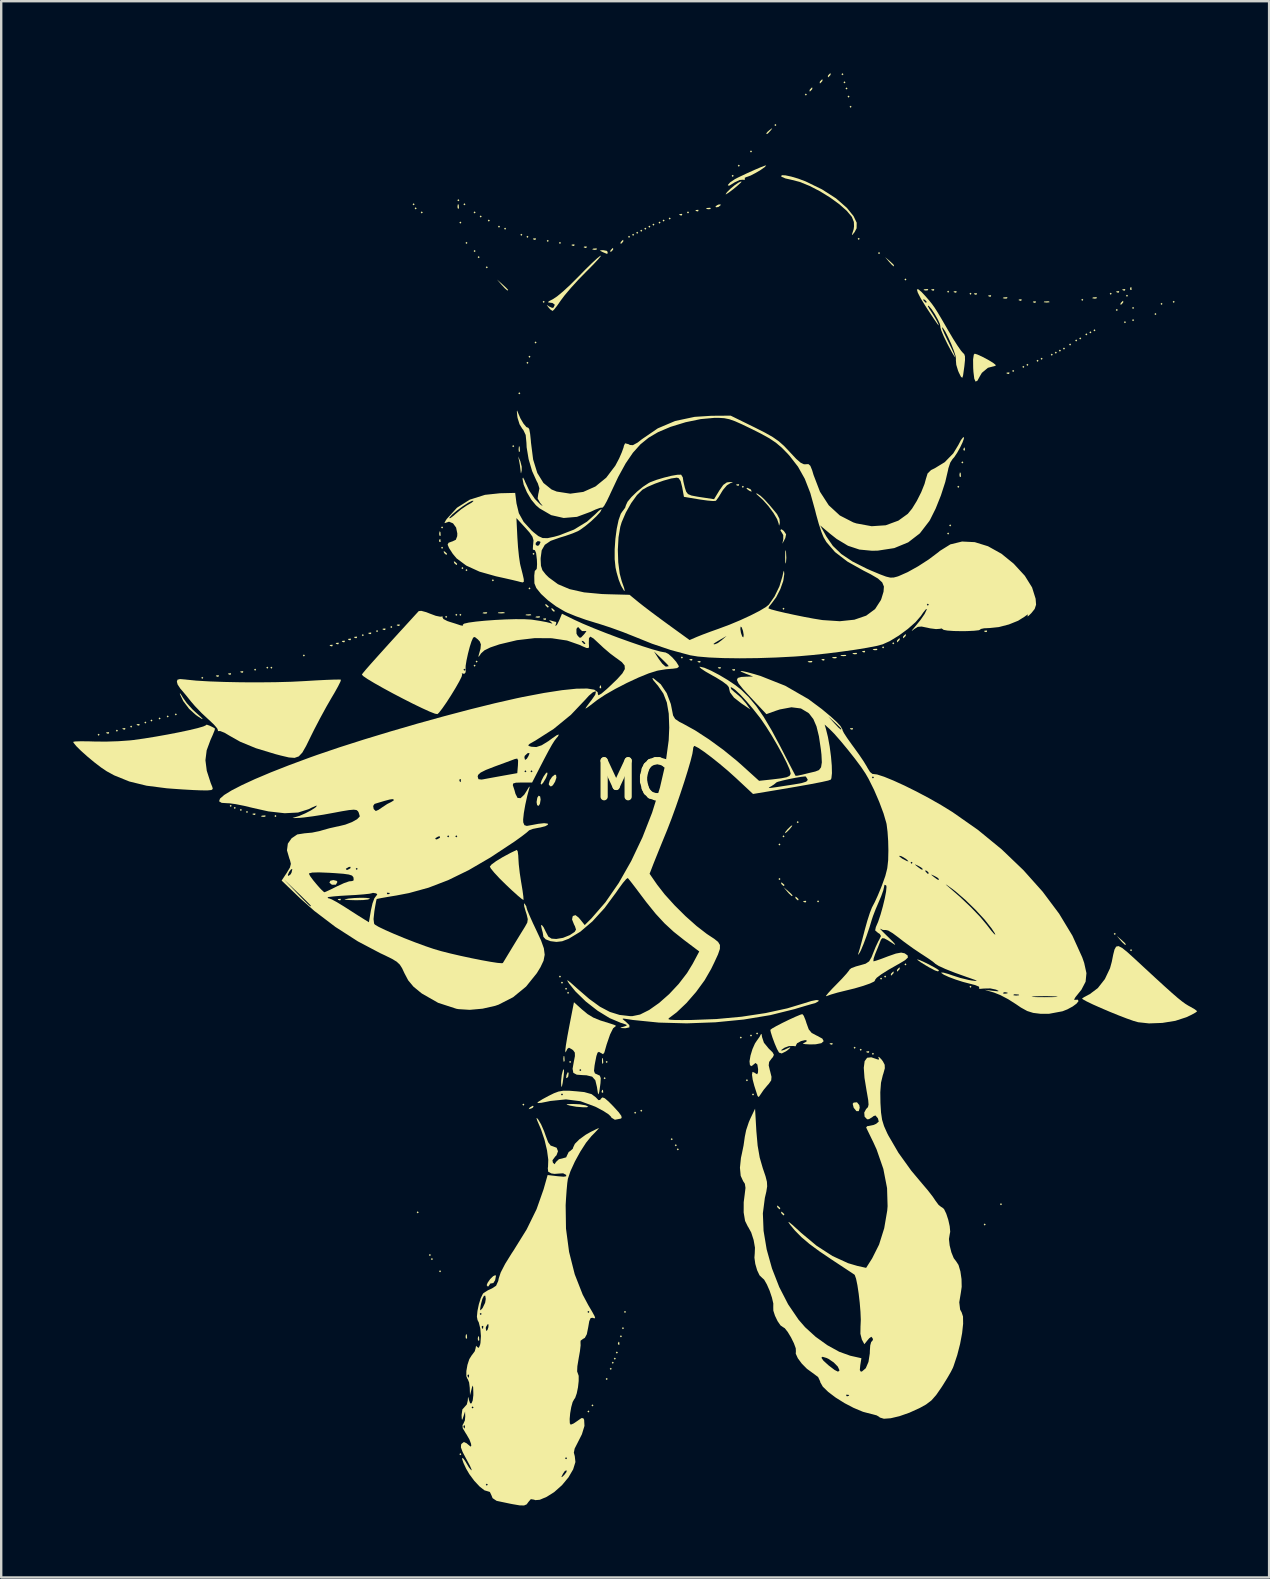
<source format=kicad_pcb>
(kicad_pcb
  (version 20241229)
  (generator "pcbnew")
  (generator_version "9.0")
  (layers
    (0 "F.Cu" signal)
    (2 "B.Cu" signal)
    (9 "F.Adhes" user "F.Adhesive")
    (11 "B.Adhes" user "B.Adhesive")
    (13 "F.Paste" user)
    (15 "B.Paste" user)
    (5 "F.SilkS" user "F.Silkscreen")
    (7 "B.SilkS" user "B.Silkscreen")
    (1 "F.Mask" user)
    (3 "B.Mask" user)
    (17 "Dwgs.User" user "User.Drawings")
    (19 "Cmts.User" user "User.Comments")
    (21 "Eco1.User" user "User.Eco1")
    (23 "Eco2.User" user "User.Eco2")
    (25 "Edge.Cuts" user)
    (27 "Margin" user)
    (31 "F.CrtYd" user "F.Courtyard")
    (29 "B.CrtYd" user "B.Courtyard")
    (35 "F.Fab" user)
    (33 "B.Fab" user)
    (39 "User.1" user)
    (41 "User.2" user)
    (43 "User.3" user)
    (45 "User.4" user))
  (footprint "MC"
    (layer "F.Cu")
    (at 23.368 29.464)
    (property "Reference" "MC" (at 0 0 0) (layer "F.SilkS") (effects (font (size 1.5 1.5) (thickness 0.3))))
    (attr board_only exclude_from_pos_files exclude_from_bom)
    (fp_poly (pts (xy -22.267 -1.905) (xy -22.31 -1.863) (xy -22.352 -1.905) (xy -22.31 -1.947)) (stroke (width 0) (type solid)) (fill yes) (layer "F.SilkS"))
    (fp_poly (pts (xy -21.505 -2.074) (xy -21.548 -2.032) (xy -21.59 -2.074) (xy -21.548 -2.117)) (stroke (width 0) (type solid)) (fill yes) (layer "F.SilkS"))
    (fp_poly (pts (xy -20.913 -2.244) (xy -20.955 -2.201) (xy -20.997 -2.244) (xy -20.955 -2.286)) (stroke (width 0) (type solid)) (fill yes) (layer "F.SilkS"))
    (fp_poly (pts (xy -20.32 -2.413) (xy -20.362 -2.371) (xy -20.405 -2.413) (xy -20.362 -2.455)) (stroke (width 0) (type solid)) (fill yes) (layer "F.SilkS"))
    (fp_poly (pts (xy -20.066 -2.498) (xy -20.108 -2.455) (xy -20.151 -2.498) (xy -20.108 -2.54)) (stroke (width 0) (type solid)) (fill yes) (layer "F.SilkS"))
    (fp_poly (pts (xy -19.727 -2.582) (xy -19.77 -2.54) (xy -19.812 -2.582) (xy -19.77 -2.625)) (stroke (width 0) (type solid)) (fill yes) (layer "F.SilkS"))
    (fp_poly (pts (xy -19.389 -2.667) (xy -19.431 -2.625) (xy -19.473 -2.667) (xy -19.431 -2.709)) (stroke (width 0) (type solid)) (fill yes) (layer "F.SilkS"))
    (fp_poly (pts (xy -19.05 -2.752) (xy -19.092 -2.709) (xy -19.135 -2.752) (xy -19.092 -2.794)) (stroke (width 0) (type solid)) (fill yes) (layer "F.SilkS"))
    (fp_poly (pts (xy -17.949 -4.276) (xy -17.992 -4.233) (xy -18.034 -4.276) (xy -17.992 -4.318)) (stroke (width 0) (type solid)) (fill yes) (layer "F.SilkS"))
    (fp_poly (pts (xy -16.764 1.058) (xy -16.806 1.101) (xy -16.849 1.058) (xy -16.806 1.016)) (stroke (width 0) (type solid)) (fill yes) (layer "F.SilkS"))
    (fp_poly (pts (xy -16.595 1.143) (xy -16.637 1.185) (xy -16.679 1.143) (xy -16.637 1.101)) (stroke (width 0) (type solid)) (fill yes) (layer "F.SilkS"))
    (fp_poly (pts (xy -16.341 1.228) (xy -16.383 1.27) (xy -16.425 1.228) (xy -16.383 1.185)) (stroke (width 0) (type solid)) (fill yes) (layer "F.SilkS"))
    (fp_poly (pts (xy -16.087 1.312) (xy -16.129 1.355) (xy -16.171 1.312) (xy -16.129 1.27)) (stroke (width 0) (type solid)) (fill yes) (layer "F.SilkS"))
    (fp_poly (pts (xy -15.748 -4.614) (xy -15.79 -4.572) (xy -15.833 -4.614) (xy -15.79 -4.657)) (stroke (width 0) (type solid)) (fill yes) (layer "F.SilkS"))
    (fp_poly (pts (xy -15.24 -4.699) (xy -15.282 -4.657) (xy -15.325 -4.699) (xy -15.282 -4.741)) (stroke (width 0) (type solid)) (fill yes) (layer "F.SilkS"))
    (fp_poly (pts (xy -15.071 -4.699) (xy -15.113 -4.657) (xy -15.155 -4.699) (xy -15.113 -4.741)) (stroke (width 0) (type solid)) (fill yes) (layer "F.SilkS"))
    (fp_poly (pts (xy -14.901 1.482) (xy -14.944 1.524) (xy -14.986 1.482) (xy -14.944 1.439)) (stroke (width 0) (type solid)) (fill yes) (layer "F.SilkS"))
    (fp_poly (pts (xy -13.716 -5.207) (xy -13.758 -5.165) (xy -13.801 -5.207) (xy -13.758 -5.249)) (stroke (width 0) (type solid)) (fill yes) (layer "F.SilkS"))
    (fp_poly (pts (xy -11.261 -6.054) (xy -11.303 -6.011) (xy -11.345 -6.054) (xy -11.303 -6.096)) (stroke (width 0) (type solid)) (fill yes) (layer "F.SilkS"))
    (fp_poly (pts (xy -10.668 -6.223) (xy -10.71 -6.181) (xy -10.753 -6.223) (xy -10.71 -6.265)) (stroke (width 0) (type solid)) (fill yes) (layer "F.SilkS"))
    (fp_poly (pts (xy -10.075 -6.392) (xy -10.118 -6.35) (xy -10.16 -6.392) (xy -10.118 -6.435)) (stroke (width 0) (type solid)) (fill yes) (layer "F.SilkS"))
    (fp_poly (pts (xy -9.144 -24.003) (xy -9.186 -23.961) (xy -9.229 -24.003) (xy -9.186 -24.045)) (stroke (width 0) (type solid)) (fill yes) (layer "F.SilkS"))
    (fp_poly (pts (xy -9.059 -23.834) (xy -9.102 -23.791) (xy -9.144 -23.834) (xy -9.102 -23.876)) (stroke (width 0) (type solid)) (fill yes) (layer "F.SilkS"))
    (fp_poly (pts (xy -8.975 17.992) (xy -9.017 18.034) (xy -9.059 17.992) (xy -9.017 17.949)) (stroke (width 0) (type solid)) (fill yes) (layer "F.SilkS"))
    (fp_poly (pts (xy -8.805 -23.664) (xy -8.848 -23.622) (xy -8.89 -23.664) (xy -8.848 -23.707)) (stroke (width 0) (type solid)) (fill yes) (layer "F.SilkS"))
    (fp_poly (pts (xy -8.467 19.77) (xy -8.509 19.812) (xy -8.551 19.77) (xy -8.509 19.727)) (stroke (width 0) (type solid)) (fill yes) (layer "F.SilkS"))
    (fp_poly (pts (xy -8.382 19.939) (xy -8.424 19.981) (xy -8.467 19.939) (xy -8.424 19.897)) (stroke (width 0) (type solid)) (fill yes) (layer "F.SilkS"))
    (fp_poly (pts (xy -8.043 20.447) (xy -8.086 20.489) (xy -8.128 20.447) (xy -8.086 20.405)) (stroke (width 0) (type solid)) (fill yes) (layer "F.SilkS"))
    (fp_poly (pts (xy -7.959 -10.541) (xy -8.001 -10.499) (xy -8.043 -10.541) (xy -8.001 -10.583)) (stroke (width 0) (type solid)) (fill yes) (layer "F.SilkS"))
    (fp_poly (pts (xy -7.959 -9.694) (xy -8.001 -9.652) (xy -8.043 -9.694) (xy -8.001 -9.737)) (stroke (width 0) (type solid)) (fill yes) (layer "F.SilkS"))
    (fp_poly (pts (xy -7.789 -6.816) (xy -7.832 -6.773) (xy -7.874 -6.816) (xy -7.832 -6.858)) (stroke (width 0) (type solid)) (fill yes) (layer "F.SilkS"))
    (fp_poly (pts (xy -7.366 -6.9) (xy -7.408 -6.858) (xy -7.451 -6.9) (xy -7.408 -6.943)) (stroke (width 0) (type solid)) (fill yes) (layer "F.SilkS"))
    (fp_poly (pts (xy -7.281 -24.172) (xy -7.324 -24.13) (xy -7.366 -24.172) (xy -7.324 -24.215)) (stroke (width 0) (type solid)) (fill yes) (layer "F.SilkS"))
    (fp_poly (pts (xy -7.197 -23.241) (xy -7.239 -23.199) (xy -7.281 -23.241) (xy -7.239 -23.283)) (stroke (width 0) (type solid)) (fill yes) (layer "F.SilkS"))
    (fp_poly (pts (xy -7.197 -6.9) (xy -7.239 -6.858) (xy -7.281 -6.9) (xy -7.239 -6.943)) (stroke (width 0) (type solid)) (fill yes) (layer "F.SilkS"))
    (fp_poly (pts (xy -7.197 28.067) (xy -7.239 28.109) (xy -7.281 28.067) (xy -7.239 28.025)) (stroke (width 0) (type solid)) (fill yes) (layer "F.SilkS"))
    (fp_poly (pts (xy -7.112 -8.848) (xy -7.154 -8.805) (xy -7.197 -8.848) (xy -7.154 -8.89)) (stroke (width 0) (type solid)) (fill yes) (layer "F.SilkS"))
    (fp_poly (pts (xy -7.027 -24.003) (xy -7.07 -23.961) (xy -7.112 -24.003) (xy -7.07 -24.045)) (stroke (width 0) (type solid)) (fill yes) (layer "F.SilkS"))
    (fp_poly (pts (xy -6.943 -22.394) (xy -6.985 -22.352) (xy -7.027 -22.394) (xy -6.985 -22.437)) (stroke (width 0) (type solid)) (fill yes) (layer "F.SilkS"))
    (fp_poly (pts (xy -6.943 -8.763) (xy -6.985 -8.721) (xy -7.027 -8.763) (xy -6.985 -8.805)) (stroke (width 0) (type solid)) (fill yes) (layer "F.SilkS"))
    (fp_poly (pts (xy -6.604 -23.664) (xy -6.646 -23.622) (xy -6.689 -23.664) (xy -6.646 -23.707)) (stroke (width 0) (type solid)) (fill yes) (layer "F.SilkS"))
    (fp_poly (pts (xy -6.604 -22.056) (xy -6.646 -22.013) (xy -6.689 -22.056) (xy -6.646 -22.098)) (stroke (width 0) (type solid)) (fill yes) (layer "F.SilkS"))
    (fp_poly (pts (xy -6.604 -4.784) (xy -6.646 -4.741) (xy -6.689 -4.784) (xy -6.646 -4.826)) (stroke (width 0) (type solid)) (fill yes) (layer "F.SilkS"))
    (fp_poly (pts (xy -6.519 -4.953) (xy -6.562 -4.911) (xy -6.604 -4.953) (xy -6.562 -4.995)) (stroke (width 0) (type solid)) (fill yes) (layer "F.SilkS"))
    (fp_poly (pts (xy -6.435 -21.802) (xy -6.477 -21.759) (xy -6.519 -21.802) (xy -6.477 -21.844)) (stroke (width 0) (type solid)) (fill yes) (layer "F.SilkS"))
    (fp_poly (pts (xy -6.35 -23.495) (xy -6.392 -23.453) (xy -6.435 -23.495) (xy -6.392 -23.537)) (stroke (width 0) (type solid)) (fill yes) (layer "F.SilkS"))
    (fp_poly (pts (xy -6.096 -21.378) (xy -6.138 -21.336) (xy -6.181 -21.378) (xy -6.138 -21.421)) (stroke (width 0) (type solid)) (fill yes) (layer "F.SilkS"))
    (fp_poly (pts (xy -6.011 -23.326) (xy -6.054 -23.283) (xy -6.096 -23.326) (xy -6.054 -23.368)) (stroke (width 0) (type solid)) (fill yes) (layer "F.SilkS"))
    (fp_poly (pts (xy -5.842 -8.34) (xy -5.884 -8.297) (xy -5.927 -8.34) (xy -5.884 -8.382)) (stroke (width 0) (type solid)) (fill yes) (layer "F.SilkS"))
    (fp_poly (pts (xy -5.588 -23.072) (xy -5.63 -23.029) (xy -5.673 -23.072) (xy -5.63 -23.114)) (stroke (width 0) (type solid)) (fill yes) (layer "F.SilkS"))
    (fp_poly (pts (xy -5.334 -22.987) (xy -5.376 -22.945) (xy -5.419 -22.987) (xy -5.376 -23.029)) (stroke (width 0) (type solid)) (fill yes) (layer "F.SilkS"))
    (fp_poly (pts (xy -4.995 -13.928) (xy -5.038 -13.885) (xy -5.08 -13.928) (xy -5.038 -13.97)) (stroke (width 0) (type solid)) (fill yes) (layer "F.SilkS"))
    (fp_poly (pts (xy -4.741 -16.129) (xy -4.784 -16.087) (xy -4.826 -16.129) (xy -4.784 -16.171)) (stroke (width 0) (type solid)) (fill yes) (layer "F.SilkS"))
    (fp_poly (pts (xy -4.657 -22.733) (xy -4.699 -22.691) (xy -4.741 -22.733) (xy -4.699 -22.775)) (stroke (width 0) (type solid)) (fill yes) (layer "F.SilkS"))
    (fp_poly (pts (xy -4.572 13.504) (xy -4.614 13.547) (xy -4.657 13.504) (xy -4.614 13.462)) (stroke (width 0) (type solid)) (fill yes) (layer "F.SilkS"))
    (fp_poly (pts (xy -4.403 -22.648) (xy -4.445 -22.606) (xy -4.487 -22.648) (xy -4.445 -22.691)) (stroke (width 0) (type solid)) (fill yes) (layer "F.SilkS"))
    (fp_poly (pts (xy -4.403 -17.399) (xy -4.445 -17.357) (xy -4.487 -17.399) (xy -4.445 -17.441)) (stroke (width 0) (type solid)) (fill yes) (layer "F.SilkS"))
    (fp_poly (pts (xy -4.318 -17.653) (xy -4.36 -17.611) (xy -4.403 -17.653) (xy -4.36 -17.695)) (stroke (width 0) (type solid)) (fill yes) (layer "F.SilkS"))
    (fp_poly (pts (xy -4.318 -8.001) (xy -4.36 -7.959) (xy -4.403 -8.001) (xy -4.36 -8.043)) (stroke (width 0) (type solid)) (fill yes) (layer "F.SilkS"))
    (fp_poly (pts (xy -4.149 -9.44) (xy -4.191 -9.398) (xy -4.233 -9.44) (xy -4.191 -9.483)) (stroke (width 0) (type solid)) (fill yes) (layer "F.SilkS"))
    (fp_poly (pts (xy -4.064 -18.246) (xy -4.106 -18.203) (xy -4.149 -18.246) (xy -4.106 -18.288)) (stroke (width 0) (type solid)) (fill yes) (layer "F.SilkS"))
    (fp_poly (pts (xy -3.725 -19.939) (xy -3.768 -19.897) (xy -3.81 -19.939) (xy -3.768 -19.981)) (stroke (width 0) (type solid)) (fill yes) (layer "F.SilkS"))
    (fp_poly (pts (xy -3.556 -22.479) (xy -3.598 -22.437) (xy -3.641 -22.479) (xy -3.598 -22.521)) (stroke (width 0) (type solid)) (fill yes) (layer "F.SilkS"))
    (fp_poly (pts (xy -3.048 -22.394) (xy -3.09 -22.352) (xy -3.133 -22.394) (xy -3.09 -22.437)) (stroke (width 0) (type solid)) (fill yes) (layer "F.SilkS"))
    (fp_poly (pts (xy -3.048 8.17) (xy -3.09 8.213) (xy -3.133 8.17) (xy -3.09 8.128)) (stroke (width 0) (type solid)) (fill yes) (layer "F.SilkS"))
    (fp_poly (pts (xy -2.963 8.424) (xy -3.006 8.467) (xy -3.048 8.424) (xy -3.006 8.382)) (stroke (width 0) (type solid)) (fill yes) (layer "F.SilkS"))
    (fp_poly (pts (xy -2.794 8.678) (xy -2.836 8.721) (xy -2.879 8.678) (xy -2.836 8.636)) (stroke (width 0) (type solid)) (fill yes) (layer "F.SilkS"))
    (fp_poly (pts (xy -2.709 8.848) (xy -2.752 8.89) (xy -2.794 8.848) (xy -2.752 8.805)) (stroke (width 0) (type solid)) (fill yes) (layer "F.SilkS"))
    (fp_poly (pts (xy -2.625 11.726) (xy -2.667 11.769) (xy -2.709 11.726) (xy -2.667 11.684)) (stroke (width 0) (type solid)) (fill yes) (layer "F.SilkS"))
    (fp_poly (pts (xy -1.863 26.289) (xy -1.905 26.331) (xy -1.947 26.289) (xy -1.905 26.247)) (stroke (width 0) (type solid)) (fill yes) (layer "F.SilkS"))
    (fp_poly (pts (xy -1.693 26.035) (xy -1.736 26.077) (xy -1.778 26.035) (xy -1.736 25.993)) (stroke (width 0) (type solid)) (fill yes) (layer "F.SilkS"))
    (fp_poly (pts (xy -1.185 12.404) (xy -1.228 12.446) (xy -1.27 12.404) (xy -1.228 12.361)) (stroke (width 0) (type solid)) (fill yes) (layer "F.SilkS"))
    (fp_poly (pts (xy -1.101 11.726) (xy -1.143 11.769) (xy -1.185 11.726) (xy -1.143 11.684)) (stroke (width 0) (type solid)) (fill yes) (layer "F.SilkS"))
    (fp_poly (pts (xy -1.101 24.934) (xy -1.143 24.977) (xy -1.185 24.934) (xy -1.143 24.892)) (stroke (width 0) (type solid)) (fill yes) (layer "F.SilkS"))
    (fp_poly (pts (xy -0.931 24.511) (xy -0.974 24.553) (xy -1.016 24.511) (xy -0.974 24.469)) (stroke (width 0) (type solid)) (fill yes) (layer "F.SilkS"))
    (fp_poly (pts (xy -0.847 24.257) (xy -0.889 24.299) (xy -0.931 24.257) (xy -0.889 24.215)) (stroke (width 0) (type solid)) (fill yes) (layer "F.SilkS"))
    (fp_poly (pts (xy -0.762 24.088) (xy -0.804 24.13) (xy -0.847 24.088) (xy -0.804 24.045)) (stroke (width 0) (type solid)) (fill yes) (layer "F.SilkS"))
    (fp_poly (pts (xy -0.677 23.834) (xy -0.72 23.876) (xy -0.762 23.834) (xy -0.72 23.791)) (stroke (width 0) (type solid)) (fill yes) (layer "F.SilkS"))
    (fp_poly (pts (xy -0.508 23.156) (xy -0.55 23.199) (xy -0.593 23.156) (xy -0.55 23.114)) (stroke (width 0) (type solid)) (fill yes) (layer "F.SilkS"))
    (fp_poly (pts (xy -0.423 22.818) (xy -0.466 22.86) (xy -0.508 22.818) (xy -0.466 22.775)) (stroke (width 0) (type solid)) (fill yes) (layer "F.SilkS"))
    (fp_poly (pts (xy -0.339 22.14) (xy -0.381 22.183) (xy -0.423 22.14) (xy -0.381 22.098)) (stroke (width 0) (type solid)) (fill yes) (layer "F.SilkS"))
    (fp_poly (pts (xy -0.169 -22.648) (xy -0.212 -22.606) (xy -0.254 -22.648) (xy -0.212 -22.691)) (stroke (width 0) (type solid)) (fill yes) (layer "F.SilkS"))
    (fp_poly (pts (xy 0 -22.733) (xy -0.042 -22.691) (xy -0.085 -22.733) (xy -0.042 -22.775)) (stroke (width 0) (type solid)) (fill yes) (layer "F.SilkS"))
    (fp_poly (pts (xy 0.085 13.843) (xy 0.042 13.885) (xy 0 13.843) (xy 0.042 13.801)) (stroke (width 0) (type solid)) (fill yes) (layer "F.SilkS"))
    (fp_poly (pts (xy 0.169 -22.818) (xy 0.127 -22.775) (xy 0.085 -22.818) (xy 0.127 -22.86)) (stroke (width 0) (type solid)) (fill yes) (layer "F.SilkS"))
    (fp_poly (pts (xy 0.339 -22.902) (xy 0.296 -22.86) (xy 0.254 -22.902) (xy 0.296 -22.945)) (stroke (width 0) (type solid)) (fill yes) (layer "F.SilkS"))
    (fp_poly (pts (xy 0.339 13.758) (xy 0.296 13.801) (xy 0.254 13.758) (xy 0.296 13.716)) (stroke (width 0) (type solid)) (fill yes) (layer "F.SilkS"))
    (fp_poly (pts (xy 0.508 -22.987) (xy 0.466 -22.945) (xy 0.423 -22.987) (xy 0.466 -23.029)) (stroke (width 0) (type solid)) (fill yes) (layer "F.SilkS"))
    (fp_poly (pts (xy 0.677 -23.072) (xy 0.635 -23.029) (xy 0.593 -23.072) (xy 0.635 -23.114)) (stroke (width 0) (type solid)) (fill yes) (layer "F.SilkS"))
    (fp_poly (pts (xy 0.847 -23.156) (xy 0.804 -23.114) (xy 0.762 -23.156) (xy 0.804 -23.199)) (stroke (width 0) (type solid)) (fill yes) (layer "F.SilkS"))
    (fp_poly (pts (xy 1.101 -23.241) (xy 1.058 -23.199) (xy 1.016 -23.241) (xy 1.058 -23.283)) (stroke (width 0) (type solid)) (fill yes) (layer "F.SilkS"))
    (fp_poly (pts (xy 1.27 -23.326) (xy 1.228 -23.283) (xy 1.185 -23.326) (xy 1.228 -23.368)) (stroke (width 0) (type solid)) (fill yes) (layer "F.SilkS"))
    (fp_poly (pts (xy 1.524 -23.41) (xy 1.482 -23.368) (xy 1.439 -23.41) (xy 1.482 -23.453)) (stroke (width 0) (type solid)) (fill yes) (layer "F.SilkS"))
    (fp_poly (pts (xy 1.609 14.944) (xy 1.566 14.986) (xy 1.524 14.944) (xy 1.566 14.901)) (stroke (width 0) (type solid)) (fill yes) (layer "F.SilkS"))
    (fp_poly (pts (xy 1.778 15.198) (xy 1.736 15.24) (xy 1.693 15.198) (xy 1.736 15.155)) (stroke (width 0) (type solid)) (fill yes) (layer "F.SilkS"))
    (fp_poly (pts (xy 1.863 15.367) (xy 1.82 15.409) (xy 1.778 15.367) (xy 1.82 15.325)) (stroke (width 0) (type solid)) (fill yes) (layer "F.SilkS"))
    (fp_poly (pts (xy 2.032 -5.122) (xy 1.99 -5.08) (xy 1.947 -5.122) (xy 1.99 -5.165)) (stroke (width 0) (type solid)) (fill yes) (layer "F.SilkS"))
    (fp_poly (pts (xy 2.286 -23.664) (xy 2.244 -23.622) (xy 2.201 -23.664) (xy 2.244 -23.707)) (stroke (width 0) (type solid)) (fill yes) (layer "F.SilkS"))
    (fp_poly (pts (xy 4.149 -25.188) (xy 4.106 -25.146) (xy 4.064 -25.188) (xy 4.106 -25.231)) (stroke (width 0) (type solid)) (fill yes) (layer "F.SilkS"))
    (fp_poly (pts (xy 4.403 -25.612) (xy 4.36 -25.569) (xy 4.318 -25.612) (xy 4.36 -25.654)) (stroke (width 0) (type solid)) (fill yes) (layer "F.SilkS"))
    (fp_poly (pts (xy 4.487 10.71) (xy 4.445 10.753) (xy 4.403 10.71) (xy 4.445 10.668)) (stroke (width 0) (type solid)) (fill yes) (layer "F.SilkS"))
    (fp_poly (pts (xy 4.572 -12.234) (xy 4.53 -12.192) (xy 4.487 -12.234) (xy 4.53 -12.277)) (stroke (width 0) (type solid)) (fill yes) (layer "F.SilkS"))
    (fp_poly (pts (xy 4.741 12.488) (xy 4.699 12.531) (xy 4.657 12.488) (xy 4.699 12.446)) (stroke (width 0) (type solid)) (fill yes) (layer "F.SilkS"))
    (fp_poly (pts (xy 4.911 -26.204) (xy 4.868 -26.162) (xy 4.826 -26.204) (xy 4.868 -26.247)) (stroke (width 0) (type solid)) (fill yes) (layer "F.SilkS"))
    (fp_poly (pts (xy 4.911 10.626) (xy 4.868 10.668) (xy 4.826 10.626) (xy 4.868 10.583)) (stroke (width 0) (type solid)) (fill yes) (layer "F.SilkS"))
    (fp_poly (pts (xy 4.995 13.081) (xy 4.953 13.123) (xy 4.911 13.081) (xy 4.953 13.039)) (stroke (width 0) (type solid)) (fill yes) (layer "F.SilkS"))
    (fp_poly (pts (xy 5.165 10.541) (xy 5.122 10.583) (xy 5.08 10.541) (xy 5.122 10.499)) (stroke (width 0) (type solid)) (fill yes) (layer "F.SilkS"))
    (fp_poly (pts (xy 5.927 -27.305) (xy 5.884 -27.263) (xy 5.842 -27.305) (xy 5.884 -27.347)) (stroke (width 0) (type solid)) (fill yes) (layer "F.SilkS"))
    (fp_poly (pts (xy 6.096 2.667) (xy 6.054 2.709) (xy 6.011 2.667) (xy 6.054 2.625)) (stroke (width 0) (type solid)) (fill yes) (layer "F.SilkS"))
    (fp_poly (pts (xy 6.096 4.106) (xy 6.054 4.149) (xy 6.011 4.106) (xy 6.054 4.064)) (stroke (width 0) (type solid)) (fill yes) (layer "F.SilkS"))
    (fp_poly (pts (xy 6.265 -7.154) (xy 6.223 -7.112) (xy 6.181 -7.154) (xy 6.223 -7.197)) (stroke (width 0) (type solid)) (fill yes) (layer "F.SilkS"))
    (fp_poly (pts (xy 6.265 2.328) (xy 6.223 2.371) (xy 6.181 2.328) (xy 6.223 2.286)) (stroke (width 0) (type solid)) (fill yes) (layer "F.SilkS"))
    (fp_poly (pts (xy 6.858 1.736) (xy 6.816 1.778) (xy 6.773 1.736) (xy 6.816 1.693)) (stroke (width 0) (type solid)) (fill yes) (layer "F.SilkS"))
    (fp_poly (pts (xy 7.197 -28.575) (xy 7.154 -28.533) (xy 7.112 -28.575) (xy 7.154 -28.617)) (stroke (width 0) (type solid)) (fill yes) (layer "F.SilkS"))
    (fp_poly (pts (xy 7.705 5.038) (xy 7.662 5.08) (xy 7.62 5.038) (xy 7.662 4.995)) (stroke (width 0) (type solid)) (fill yes) (layer "F.SilkS"))
    (fp_poly (pts (xy 8.721 -29.422) (xy 8.678 -29.379) (xy 8.636 -29.422) (xy 8.678 -29.464)) (stroke (width 0) (type solid)) (fill yes) (layer "F.SilkS"))
    (fp_poly (pts (xy 8.805 -29.083) (xy 8.763 -29.041) (xy 8.721 -29.083) (xy 8.763 -29.125)) (stroke (width 0) (type solid)) (fill yes) (layer "F.SilkS"))
    (fp_poly (pts (xy 8.89 -28.829) (xy 8.848 -28.787) (xy 8.805 -28.829) (xy 8.848 -28.871)) (stroke (width 0) (type solid)) (fill yes) (layer "F.SilkS"))
    (fp_poly (pts (xy 8.975 -28.49) (xy 8.932 -28.448) (xy 8.89 -28.49) (xy 8.932 -28.533)) (stroke (width 0) (type solid)) (fill yes) (layer "F.SilkS"))
    (fp_poly (pts (xy 9.059 -28.067) (xy 9.017 -28.025) (xy 8.975 -28.067) (xy 9.017 -28.109)) (stroke (width 0) (type solid)) (fill yes) (layer "F.SilkS"))
    (fp_poly (pts (xy 9.229 11.134) (xy 9.186 11.176) (xy 9.144 11.134) (xy 9.186 11.091)) (stroke (width 0) (type solid)) (fill yes) (layer "F.SilkS"))
    (fp_poly (pts (xy 9.398 -22.564) (xy 9.356 -22.521) (xy 9.313 -22.564) (xy 9.356 -22.606)) (stroke (width 0) (type solid)) (fill yes) (layer "F.SilkS"))
    (fp_poly (pts (xy 9.483 11.218) (xy 9.44 11.261) (xy 9.398 11.218) (xy 9.44 11.176)) (stroke (width 0) (type solid)) (fill yes) (layer "F.SilkS"))
    (fp_poly (pts (xy 9.991 11.388) (xy 9.948 11.43) (xy 9.906 11.388) (xy 9.948 11.345)) (stroke (width 0) (type solid)) (fill yes) (layer "F.SilkS"))
    (fp_poly (pts (xy 10.245 -21.971) (xy 10.202 -21.929) (xy 10.16 -21.971) (xy 10.202 -22.013)) (stroke (width 0) (type solid)) (fill yes) (layer "F.SilkS"))
    (fp_poly (pts (xy 10.329 8.255) (xy 10.287 8.297) (xy 10.245 8.255) (xy 10.287 8.213)) (stroke (width 0) (type solid)) (fill yes) (layer "F.SilkS"))
    (fp_poly (pts (xy 10.414 -5.546) (xy 10.372 -5.503) (xy 10.329 -5.546) (xy 10.372 -5.588)) (stroke (width 0) (type solid)) (fill yes) (layer "F.SilkS"))
    (fp_poly (pts (xy 10.499 8.17) (xy 10.456 8.213) (xy 10.414 8.17) (xy 10.456 8.128)) (stroke (width 0) (type solid)) (fill yes) (layer "F.SilkS"))
    (fp_poly (pts (xy 10.837 -5.715) (xy 10.795 -5.673) (xy 10.753 -5.715) (xy 10.795 -5.757)) (stroke (width 0) (type solid)) (fill yes) (layer "F.SilkS"))
    (fp_poly (pts (xy 11.345 -20.87) (xy 11.303 -20.828) (xy 11.261 -20.87) (xy 11.303 -20.913)) (stroke (width 0) (type solid)) (fill yes) (layer "F.SilkS"))
    (fp_poly (pts (xy 11.345 7.662) (xy 11.303 7.705) (xy 11.261 7.662) (xy 11.303 7.62)) (stroke (width 0) (type solid)) (fill yes) (layer "F.SilkS"))
    (fp_poly (pts (xy 13.123 -20.362) (xy 13.081 -20.32) (xy 13.039 -20.362) (xy 13.081 -20.405)) (stroke (width 0) (type solid)) (fill yes) (layer "F.SilkS"))
    (fp_poly (pts (xy 13.123 -10.287) (xy 13.081 -10.245) (xy 13.039 -10.287) (xy 13.081 -10.329)) (stroke (width 0) (type solid)) (fill yes) (layer "F.SilkS"))
    (fp_poly (pts (xy 13.208 -10.626) (xy 13.166 -10.583) (xy 13.123 -10.626) (xy 13.166 -10.668)) (stroke (width 0) (type solid)) (fill yes) (layer "F.SilkS"))
    (fp_poly (pts (xy 13.547 -12.234) (xy 13.504 -12.192) (xy 13.462 -12.234) (xy 13.504 -12.277)) (stroke (width 0) (type solid)) (fill yes) (layer "F.SilkS"))
    (fp_poly (pts (xy 13.716 -13.25) (xy 13.674 -13.208) (xy 13.631 -13.25) (xy 13.674 -13.293)) (stroke (width 0) (type solid)) (fill yes) (layer "F.SilkS"))
    (fp_poly (pts (xy 14.055 -20.278) (xy 14.012 -20.235) (xy 13.97 -20.278) (xy 14.012 -20.32)) (stroke (width 0) (type solid)) (fill yes) (layer "F.SilkS"))
    (fp_poly (pts (xy 14.055 8.594) (xy 14.012 8.636) (xy 13.97 8.594) (xy 14.012 8.551)) (stroke (width 0) (type solid)) (fill yes) (layer "F.SilkS"))
    (fp_poly (pts (xy 14.647 18.5) (xy 14.605 18.542) (xy 14.563 18.5) (xy 14.605 18.457)) (stroke (width 0) (type solid)) (fill yes) (layer "F.SilkS"))
    (fp_poly (pts (xy 15.325 17.653) (xy 15.282 17.695) (xy 15.24 17.653) (xy 15.282 17.611)) (stroke (width 0) (type solid)) (fill yes) (layer "F.SilkS"))
    (fp_poly (pts (xy 15.833 -17.06) (xy 15.79 -17.018) (xy 15.748 -17.06) (xy 15.79 -17.103)) (stroke (width 0) (type solid)) (fill yes) (layer "F.SilkS"))
    (fp_poly (pts (xy 16.256 -17.23) (xy 16.214 -17.187) (xy 16.171 -17.23) (xy 16.214 -17.272)) (stroke (width 0) (type solid)) (fill yes) (layer "F.SilkS"))
    (fp_poly (pts (xy 16.425 -17.314) (xy 16.383 -17.272) (xy 16.341 -17.314) (xy 16.383 -17.357)) (stroke (width 0) (type solid)) (fill yes) (layer "F.SilkS"))
    (fp_poly (pts (xy 16.849 -17.484) (xy 16.806 -17.441) (xy 16.764 -17.484) (xy 16.806 -17.526)) (stroke (width 0) (type solid)) (fill yes) (layer "F.SilkS"))
    (fp_poly (pts (xy 17.018 -17.568) (xy 16.976 -17.526) (xy 16.933 -17.568) (xy 16.976 -17.611)) (stroke (width 0) (type solid)) (fill yes) (layer "F.SilkS"))
    (fp_poly (pts (xy 17.441 -17.738) (xy 17.399 -17.695) (xy 17.357 -17.738) (xy 17.399 -17.78)) (stroke (width 0) (type solid)) (fill yes) (layer "F.SilkS"))
    (fp_poly (pts (xy 17.611 -17.822) (xy 17.568 -17.78) (xy 17.526 -17.822) (xy 17.568 -17.865)) (stroke (width 0) (type solid)) (fill yes) (layer "F.SilkS"))
    (fp_poly (pts (xy 17.78 -17.907) (xy 17.738 -17.865) (xy 17.695 -17.907) (xy 17.738 -17.949)) (stroke (width 0) (type solid)) (fill yes) (layer "F.SilkS"))
    (fp_poly (pts (xy 17.949 -17.992) (xy 17.907 -17.949) (xy 17.865 -17.992) (xy 17.907 -18.034)) (stroke (width 0) (type solid)) (fill yes) (layer "F.SilkS"))
    (fp_poly (pts (xy 18.203 -18.161) (xy 18.161 -18.119) (xy 18.119 -18.161) (xy 18.161 -18.203)) (stroke (width 0) (type solid)) (fill yes) (layer "F.SilkS"))
    (fp_poly (pts (xy 18.457 -18.33) (xy 18.415 -18.288) (xy 18.373 -18.33) (xy 18.415 -18.373)) (stroke (width 0) (type solid)) (fill yes) (layer "F.SilkS"))
    (fp_poly (pts (xy 18.627 -18.415) (xy 18.584 -18.373) (xy 18.542 -18.415) (xy 18.584 -18.457)) (stroke (width 0) (type solid)) (fill yes) (layer "F.SilkS"))
    (fp_poly (pts (xy 18.711 -20.024) (xy 18.669 -19.981) (xy 18.627 -20.024) (xy 18.669 -20.066)) (stroke (width 0) (type solid)) (fill yes) (layer "F.SilkS"))
    (fp_poly (pts (xy 18.881 -18.584) (xy 18.838 -18.542) (xy 18.796 -18.584) (xy 18.838 -18.627)) (stroke (width 0) (type solid)) (fill yes) (layer "F.SilkS"))
    (fp_poly (pts (xy 19.05 -18.669) (xy 19.008 -18.627) (xy 18.965 -18.669) (xy 19.008 -18.711)) (stroke (width 0) (type solid)) (fill yes) (layer "F.SilkS"))
    (fp_poly (pts (xy 19.219 -18.754) (xy 19.177 -18.711) (xy 19.135 -18.754) (xy 19.177 -18.796)) (stroke (width 0) (type solid)) (fill yes) (layer "F.SilkS"))
    (fp_poly (pts (xy 19.897 -20.278) (xy 19.854 -20.235) (xy 19.812 -20.278) (xy 19.854 -20.32)) (stroke (width 0) (type solid)) (fill yes) (layer "F.SilkS"))
    (fp_poly (pts (xy 20.066 6.392) (xy 20.024 6.435) (xy 19.981 6.392) (xy 20.024 6.35)) (stroke (width 0) (type solid)) (fill yes) (layer "F.SilkS"))
    (fp_poly (pts (xy 20.151 -19.6) (xy 20.108 -19.558) (xy 20.066 -19.6) (xy 20.108 -19.643)) (stroke (width 0) (type solid)) (fill yes) (layer "F.SilkS"))
    (fp_poly (pts (xy 20.489 -19.092) (xy 20.447 -19.05) (xy 20.405 -19.092) (xy 20.447 -19.135)) (stroke (width 0) (type solid)) (fill yes) (layer "F.SilkS"))
    (fp_poly (pts (xy 20.574 -20.193) (xy 20.532 -20.151) (xy 20.489 -20.193) (xy 20.532 -20.235)) (stroke (width 0) (type solid)) (fill yes) (layer "F.SilkS"))
    (fp_poly (pts (xy 20.743 7.07) (xy 20.701 7.112) (xy 20.659 7.07) (xy 20.701 7.027)) (stroke (width 0) (type solid)) (fill yes) (layer "F.SilkS"))
    (fp_poly (pts (xy 20.828 -19.685) (xy 20.786 -19.643) (xy 20.743 -19.685) (xy 20.786 -19.727)) (stroke (width 0) (type solid)) (fill yes) (layer "F.SilkS"))
    (fp_poly (pts (xy 20.828 -19.177) (xy 20.786 -19.135) (xy 20.743 -19.177) (xy 20.786 -19.219)) (stroke (width 0) (type solid)) (fill yes) (layer "F.SilkS"))
    (fp_poly (pts (xy 21.759 -19.431) (xy 21.717 -19.389) (xy 21.675 -19.431) (xy 21.717 -19.473)) (stroke (width 0) (type solid)) (fill yes) (layer "F.SilkS"))
    (fp_poly (pts (xy 22.013 -19.854) (xy 21.971 -19.812) (xy 21.929 -19.854) (xy 21.971 -19.897)) (stroke (width 0) (type solid)) (fill yes) (layer "F.SilkS"))
    (fp_poly (pts (xy 22.521 -19.939) (xy 22.479 -19.897) (xy 22.437 -19.939) (xy 22.479 -19.981)) (stroke (width 0) (type solid)) (fill yes) (layer "F.SilkS"))
    (fp_poly (pts (xy -21.872 -2.004) (xy -21.884 -1.953) (xy -21.929 -1.947) (xy -21.998 -1.978) (xy -21.985 -2.004) (xy -21.885 -2.014)) (stroke (width 0) (type solid)) (fill yes) (layer "F.SilkS"))
    (fp_poly (pts (xy -21.195 -2.173) (xy -21.207 -2.123) (xy -21.251 -2.117) (xy -21.321 -2.148) (xy -21.308 -2.173) (xy -21.207 -2.183)) (stroke (width 0) (type solid)) (fill yes) (layer "F.SilkS"))
    (fp_poly (pts (xy -20.602 -2.342) (xy -20.614 -2.292) (xy -20.659 -2.286) (xy -20.728 -2.317) (xy -20.715 -2.342) (xy -20.615 -2.353)) (stroke (width 0) (type solid)) (fill yes) (layer "F.SilkS"))
    (fp_poly (pts (xy -17.3 -4.374) (xy -17.312 -4.324) (xy -17.357 -4.318) (xy -17.426 -4.349) (xy -17.413 -4.374) (xy -17.313 -4.385)) (stroke (width 0) (type solid)) (fill yes) (layer "F.SilkS"))
    (fp_poly (pts (xy -16.792 -4.459) (xy -16.804 -4.409) (xy -16.849 -4.403) (xy -16.918 -4.434) (xy -16.905 -4.459) (xy -16.805 -4.469)) (stroke (width 0) (type solid)) (fill yes) (layer "F.SilkS"))
    (fp_poly (pts (xy -16.284 -4.544) (xy -16.296 -4.493) (xy -16.341 -4.487) (xy -16.41 -4.518) (xy -16.397 -4.544) (xy -16.297 -4.554)) (stroke (width 0) (type solid)) (fill yes) (layer "F.SilkS"))
    (fp_poly (pts (xy -15.776 1.383) (xy -15.788 1.433) (xy -15.833 1.439) (xy -15.902 1.408) (xy -15.889 1.383) (xy -15.789 1.373)) (stroke (width 0) (type solid)) (fill yes) (layer "F.SilkS"))
    (fp_poly (pts (xy -15.348 1.473) (xy -15.373 1.511) (xy -15.459 1.517) (xy -15.549 1.497) (xy -15.51 1.466) (xy -15.378 1.456)) (stroke (width 0) (type solid)) (fill yes) (layer "F.SilkS"))
    (fp_poly (pts (xy -12.559 -5.644) (xy -12.571 -5.594) (xy -12.615 -5.588) (xy -12.685 -5.619) (xy -12.672 -5.644) (xy -12.571 -5.655)) (stroke (width 0) (type solid)) (fill yes) (layer "F.SilkS"))
    (fp_poly (pts (xy -12.305 -5.729) (xy -12.317 -5.679) (xy -12.361 -5.673) (xy -12.431 -5.704) (xy -12.418 -5.729) (xy -12.317 -5.739)) (stroke (width 0) (type solid)) (fill yes) (layer "F.SilkS"))
    (fp_poly (pts (xy -12.22 4.939) (xy -12.232 4.989) (xy -12.277 4.995) (xy -12.346 4.964) (xy -12.333 4.939) (xy -12.233 4.929)) (stroke (width 0) (type solid)) (fill yes) (layer "F.SilkS"))
    (fp_poly (pts (xy -12.051 -5.814) (xy -12.063 -5.763) (xy -12.107 -5.757) (xy -12.177 -5.788) (xy -12.164 -5.814) (xy -12.063 -5.824)) (stroke (width 0) (type solid)) (fill yes) (layer "F.SilkS"))
    (fp_poly (pts (xy -11.797 -5.898) (xy -11.809 -5.848) (xy -11.853 -5.842) (xy -11.923 -5.873) (xy -11.91 -5.898) (xy -11.809 -5.909)) (stroke (width 0) (type solid)) (fill yes) (layer "F.SilkS"))
    (fp_poly (pts (xy -11.543 -5.983) (xy -11.555 -5.933) (xy -11.599 -5.927) (xy -11.669 -5.958) (xy -11.656 -5.983) (xy -11.555 -5.993)) (stroke (width 0) (type solid)) (fill yes) (layer "F.SilkS"))
    (fp_poly (pts (xy -10.95 -6.152) (xy -10.962 -6.102) (xy -11.007 -6.096) (xy -11.076 -6.127) (xy -11.063 -6.152) (xy -10.963 -6.163)) (stroke (width 0) (type solid)) (fill yes) (layer "F.SilkS"))
    (fp_poly (pts (xy -10.358 -6.322) (xy -10.369 -6.271) (xy -10.414 -6.265) (xy -10.484 -6.296) (xy -10.47 -6.322) (xy -10.37 -6.332)) (stroke (width 0) (type solid)) (fill yes) (layer "F.SilkS"))
    (fp_poly (pts (xy -9.765 -6.491) (xy -9.777 -6.441) (xy -9.821 -6.435) (xy -9.891 -6.466) (xy -9.878 -6.491) (xy -9.777 -6.501)) (stroke (width 0) (type solid)) (fill yes) (layer "F.SilkS"))
    (fp_poly (pts (xy -8.072 -10.047) (xy -8.061 -9.947) (xy -8.072 -9.934) (xy -8.122 -9.946) (xy -8.128 -9.991) (xy -8.097 -10.06)) (stroke (width 0) (type solid)) (fill yes) (layer "F.SilkS"))
    (fp_poly (pts (xy -8.07 -10.345) (xy -8.06 -10.213) (xy -8.077 -10.183) (xy -8.115 -10.208) (xy -8.121 -10.294) (xy -8.101 -10.384)) (stroke (width 0) (type solid)) (fill yes) (layer "F.SilkS"))
    (fp_poly (pts (xy -7.308 -23.977) (xy -7.298 -23.844) (xy -7.315 -23.814) (xy -7.353 -23.84) (xy -7.359 -23.925) (xy -7.339 -24.016)) (stroke (width 0) (type solid)) (fill yes) (layer "F.SilkS"))
    (fp_poly (pts (xy -6.969 23.098) (xy -6.959 23.23) (xy -6.976 23.26) (xy -7.015 23.235) (xy -7.021 23.149) (xy -7 23.059)) (stroke (width 0) (type solid)) (fill yes) (layer "F.SilkS"))
    (fp_poly (pts (xy -6.461 23.183) (xy -6.451 23.315) (xy -6.468 23.345) (xy -6.507 23.32) (xy -6.513 23.234) (xy -6.492 23.144)) (stroke (width 0) (type solid)) (fill yes) (layer "F.SilkS"))
    (fp_poly (pts (xy -6.119 -6.994) (xy -6.144 -6.955) (xy -6.23 -6.949) (xy -6.32 -6.97) (xy -6.281 -7.001) (xy -6.149 -7.011)) (stroke (width 0) (type solid)) (fill yes) (layer "F.SilkS"))
    (fp_poly (pts (xy -4.77 -13.906) (xy -4.759 -13.733) (xy -4.77 -13.695) (xy -4.801 -13.684) (xy -4.813 -13.801) (xy -4.799 -13.921)) (stroke (width 0) (type solid)) (fill yes) (layer "F.SilkS"))
    (fp_poly (pts (xy -4.297 -6.914) (xy -4.286 -6.883) (xy -4.403 -6.871) (xy -4.523 -6.885) (xy -4.508 -6.914) (xy -4.335 -6.925)) (stroke (width 0) (type solid)) (fill yes) (layer "F.SilkS"))
    (fp_poly (pts (xy -4.092 -22.578) (xy -4.104 -22.527) (xy -4.149 -22.521) (xy -4.218 -22.552) (xy -4.205 -22.578) (xy -4.105 -22.588)) (stroke (width 0) (type solid)) (fill yes) (layer "F.SilkS"))
    (fp_poly (pts (xy -3.918 -6.824) (xy -3.943 -6.786) (xy -4.029 -6.78) (xy -4.119 -6.801) (xy -4.08 -6.831) (xy -3.948 -6.841)) (stroke (width 0) (type solid)) (fill yes) (layer "F.SilkS"))
    (fp_poly (pts (xy -3.669 -6.745) (xy -3.681 -6.695) (xy -3.725 -6.689) (xy -3.795 -6.72) (xy -3.782 -6.745) (xy -3.681 -6.755)) (stroke (width 0) (type solid)) (fill yes) (layer "F.SilkS"))
    (fp_poly (pts (xy -2.907 11.493) (xy -2.896 11.667) (xy -2.907 11.705) (xy -2.938 11.716) (xy -2.95 11.599) (xy -2.937 11.479)) (stroke (width 0) (type solid)) (fill yes) (layer "F.SilkS"))
    (fp_poly (pts (xy -2.484 -22.324) (xy -2.495 -22.273) (xy -2.54 -22.267) (xy -2.61 -22.298) (xy -2.596 -22.324) (xy -2.496 -22.334)) (stroke (width 0) (type solid)) (fill yes) (layer "F.SilkS"))
    (fp_poly (pts (xy -1.976 -22.239) (xy -1.987 -22.189) (xy -2.032 -22.183) (xy -2.102 -22.214) (xy -2.088 -22.239) (xy -1.988 -22.249)) (stroke (width 0) (type solid)) (fill yes) (layer "F.SilkS"))
    (fp_poly (pts (xy -1.547 -22.149) (xy -1.572 -22.111) (xy -1.658 -22.105) (xy -1.748 -22.125) (xy -1.709 -22.156) (xy -1.577 -22.166)) (stroke (width 0) (type solid)) (fill yes) (layer "F.SilkS"))
    (fp_poly (pts (xy -1.383 -3.951) (xy -1.373 -3.851) (xy -1.383 -3.838) (xy -1.433 -3.85) (xy -1.439 -3.895) (xy -1.408 -3.964)) (stroke (width 0) (type solid)) (fill yes) (layer "F.SilkS"))
    (fp_poly (pts (xy -1.299 11.578) (xy -1.287 11.752) (xy -1.299 11.79) (xy -1.329 11.8) (xy -1.341 11.684) (xy -1.328 11.564)) (stroke (width 0) (type solid)) (fill yes) (layer "F.SilkS"))
    (fp_poly (pts (xy -1.298 12.898) (xy -1.288 12.998) (xy -1.298 13.01) (xy -1.349 12.999) (xy -1.355 12.954) (xy -1.324 12.884)) (stroke (width 0) (type solid)) (fill yes) (layer "F.SilkS"))
    (fp_poly (pts (xy -0.621 23.396) (xy -0.611 23.497) (xy -0.621 23.509) (xy -0.671 23.497) (xy -0.677 23.453) (xy -0.646 23.383)) (stroke (width 0) (type solid)) (fill yes) (layer "F.SilkS"))
    (fp_poly (pts (xy 2.004 -23.594) (xy 1.992 -23.543) (xy 1.947 -23.537) (xy 1.878 -23.568) (xy 1.891 -23.594) (xy 1.991 -23.604)) (stroke (width 0) (type solid)) (fill yes) (layer "F.SilkS"))
    (fp_poly (pts (xy 2.427 -5.052) (xy 2.415 -5.001) (xy 2.371 -4.995) (xy 2.301 -5.026) (xy 2.314 -5.052) (xy 2.415 -5.062)) (stroke (width 0) (type solid)) (fill yes) (layer "F.SilkS"))
    (fp_poly (pts (xy 2.681 -23.763) (xy 2.669 -23.713) (xy 2.625 -23.707) (xy 2.555 -23.738) (xy 2.568 -23.763) (xy 2.669 -23.773)) (stroke (width 0) (type solid)) (fill yes) (layer "F.SilkS"))
    (fp_poly (pts (xy 2.766 -4.967) (xy 2.754 -4.917) (xy 2.709 -4.911) (xy 2.64 -4.942) (xy 2.653 -4.967) (xy 2.753 -4.977)) (stroke (width 0) (type solid)) (fill yes) (layer "F.SilkS"))
    (fp_poly (pts (xy 3.194 -23.842) (xy 3.169 -23.804) (xy 3.083 -23.798) (xy 2.993 -23.819) (xy 3.032 -23.849) (xy 3.164 -23.859)) (stroke (width 0) (type solid)) (fill yes) (layer "F.SilkS"))
    (fp_poly (pts (xy 3.612 -4.713) (xy 3.601 -4.663) (xy 3.556 -4.657) (xy 3.486 -4.688) (xy 3.5 -4.713) (xy 3.6 -4.723)) (stroke (width 0) (type solid)) (fill yes) (layer "F.SilkS"))
    (fp_poly (pts (xy 4.205 -4.628) (xy 4.193 -4.578) (xy 4.149 -4.572) (xy 4.079 -4.603) (xy 4.092 -4.628) (xy 4.193 -4.639)) (stroke (width 0) (type solid)) (fill yes) (layer "F.SilkS"))
    (fp_poly (pts (xy 4.374 -12.333) (xy 4.363 -12.283) (xy 4.318 -12.277) (xy 4.248 -12.308) (xy 4.262 -12.333) (xy 4.362 -12.343)) (stroke (width 0) (type solid)) (fill yes) (layer "F.SilkS"))
    (fp_poly (pts (xy 7.168 5.024) (xy 7.157 5.074) (xy 7.112 5.08) (xy 7.042 5.049) (xy 7.056 5.024) (xy 7.156 5.013)) (stroke (width 0) (type solid)) (fill yes) (layer "F.SilkS"))
    (fp_poly (pts (xy 7.428 -4.962) (xy 7.402 -4.923) (xy 7.317 -4.917) (xy 7.226 -4.938) (xy 7.265 -4.969) (xy 7.398 -4.979)) (stroke (width 0) (type solid)) (fill yes) (layer "F.SilkS"))
    (fp_poly (pts (xy 7.93 -5.052) (xy 7.919 -5.001) (xy 7.874 -4.995) (xy 7.804 -5.026) (xy 7.818 -5.052) (xy 7.918 -5.062)) (stroke (width 0) (type solid)) (fill yes) (layer "F.SilkS"))
    (fp_poly (pts (xy 8.269 10.95) (xy 8.257 11.001) (xy 8.213 11.007) (xy 8.143 10.976) (xy 8.156 10.95) (xy 8.257 10.94)) (stroke (width 0) (type solid)) (fill yes) (layer "F.SilkS"))
    (fp_poly (pts (xy 8.444 -5.131) (xy 8.418 -5.093) (xy 8.333 -5.087) (xy 8.242 -5.107) (xy 8.281 -5.138) (xy 8.414 -5.148)) (stroke (width 0) (type solid)) (fill yes) (layer "F.SilkS"))
    (fp_poly (pts (xy 8.826 -5.221) (xy 8.837 -5.19) (xy 8.721 -5.178) (xy 8.6 -5.191) (xy 8.615 -5.221) (xy 8.788 -5.232)) (stroke (width 0) (type solid)) (fill yes) (layer "F.SilkS"))
    (fp_poly (pts (xy 9.116 -2.173) (xy 9.104 -2.123) (xy 9.059 -2.117) (xy 8.99 -2.148) (xy 9.003 -2.173) (xy 9.103 -2.183)) (stroke (width 0) (type solid)) (fill yes) (layer "F.SilkS"))
    (fp_poly (pts (xy 9.29 -5.3) (xy 9.265 -5.262) (xy 9.179 -5.256) (xy 9.089 -5.277) (xy 9.128 -5.307) (xy 9.26 -5.317)) (stroke (width 0) (type solid)) (fill yes) (layer "F.SilkS"))
    (fp_poly (pts (xy 9.624 -5.39) (xy 9.612 -5.34) (xy 9.567 -5.334) (xy 9.498 -5.365) (xy 9.511 -5.39) (xy 9.611 -5.401)) (stroke (width 0) (type solid)) (fill yes) (layer "F.SilkS"))
    (fp_poly (pts (xy 9.793 11.289) (xy 9.781 11.339) (xy 9.737 11.345) (xy 9.667 11.314) (xy 9.68 11.289) (xy 9.781 11.279)) (stroke (width 0) (type solid)) (fill yes) (layer "F.SilkS"))
    (fp_poly (pts (xy 10.137 -5.47) (xy 10.112 -5.431) (xy 10.026 -5.425) (xy 9.936 -5.446) (xy 9.975 -5.477) (xy 10.107 -5.487)) (stroke (width 0) (type solid)) (fill yes) (layer "F.SilkS"))
    (fp_poly (pts (xy 12.254 -20.456) (xy 12.228 -20.417) (xy 12.143 -20.411) (xy 12.052 -20.432) (xy 12.091 -20.463) (xy 12.224 -20.473)) (stroke (width 0) (type solid)) (fill yes) (layer "F.SilkS"))
    (fp_poly (pts (xy 12.502 -20.461) (xy 12.491 -20.411) (xy 12.446 -20.405) (xy 12.376 -20.436) (xy 12.39 -20.461) (xy 12.49 -20.471)) (stroke (width 0) (type solid)) (fill yes) (layer "F.SilkS"))
    (fp_poly (pts (xy 13.434 -20.376) (xy 13.422 -20.326) (xy 13.377 -20.32) (xy 13.308 -20.351) (xy 13.321 -20.376) (xy 13.421 -20.387)) (stroke (width 0) (type solid)) (fill yes) (layer "F.SilkS"))
    (fp_poly (pts (xy 13.605 -12.801) (xy 13.615 -12.668) (xy 13.598 -12.638) (xy 13.559 -12.664) (xy 13.553 -12.749) (xy 13.574 -12.84)) (stroke (width 0) (type solid)) (fill yes) (layer "F.SilkS"))
    (fp_poly (pts (xy 13.772 -13.857) (xy 13.783 -13.757) (xy 13.772 -13.744) (xy 13.722 -13.756) (xy 13.716 -13.801) (xy 13.747 -13.87)) (stroke (width 0) (type solid)) (fill yes) (layer "F.SilkS"))
    (fp_poly (pts (xy 14.28 -20.292) (xy 14.269 -20.241) (xy 14.224 -20.235) (xy 14.154 -20.266) (xy 14.168 -20.292) (xy 14.268 -20.302)) (stroke (width 0) (type solid)) (fill yes) (layer "F.SilkS"))
    (fp_poly (pts (xy 14.704 -6.237) (xy 14.692 -6.187) (xy 14.647 -6.181) (xy 14.578 -6.212) (xy 14.591 -6.237) (xy 14.691 -6.247)) (stroke (width 0) (type solid)) (fill yes) (layer "F.SilkS"))
    (fp_poly (pts (xy 14.873 -20.207) (xy 14.861 -20.157) (xy 14.817 -20.151) (xy 14.747 -20.182) (xy 14.76 -20.207) (xy 14.861 -20.217)) (stroke (width 0) (type solid)) (fill yes) (layer "F.SilkS"))
    (fp_poly (pts (xy 15.556 -20.117) (xy 15.53 -20.079) (xy 15.445 -20.073) (xy 15.354 -20.093) (xy 15.393 -20.124) (xy 15.526 -20.134)) (stroke (width 0) (type solid)) (fill yes) (layer "F.SilkS"))
    (fp_poly (pts (xy 15.635 -16.99) (xy 15.623 -16.939) (xy 15.579 -16.933) (xy 15.509 -16.964) (xy 15.522 -16.99) (xy 15.623 -17)) (stroke (width 0) (type solid)) (fill yes) (layer "F.SilkS"))
    (fp_poly (pts (xy 16.143 -20.038) (xy 16.131 -19.987) (xy 16.087 -19.981) (xy 16.017 -20.012) (xy 16.03 -20.038) (xy 16.131 -20.048)) (stroke (width 0) (type solid)) (fill yes) (layer "F.SilkS"))
    (fp_poly (pts (xy 16.736 -19.953) (xy 16.724 -19.903) (xy 16.679 -19.897) (xy 16.61 -19.928) (xy 16.623 -19.953) (xy 16.723 -19.963)) (stroke (width 0) (type solid)) (fill yes) (layer "F.SilkS"))
    (fp_poly (pts (xy 17.293 -19.953) (xy 17.304 -19.922) (xy 17.187 -19.91) (xy 17.067 -19.923) (xy 17.081 -19.953) (xy 17.255 -19.964)) (stroke (width 0) (type solid)) (fill yes) (layer "F.SilkS"))
    (fp_poly (pts (xy 19.281 -20.117) (xy 19.256 -20.079) (xy 19.17 -20.073) (xy 19.08 -20.093) (xy 19.119 -20.124) (xy 19.251 -20.134)) (stroke (width 0) (type solid)) (fill yes) (layer "F.SilkS"))
    (fp_poly (pts (xy 20.207 -20.376) (xy 20.195 -20.326) (xy 20.151 -20.32) (xy 20.081 -20.351) (xy 20.094 -20.376) (xy 20.195 -20.387)) (stroke (width 0) (type solid)) (fill yes) (layer "F.SilkS"))
    (fp_poly (pts (xy 20.461 -20.461) (xy 20.449 -20.411) (xy 20.405 -20.405) (xy 20.335 -20.436) (xy 20.348 -20.461) (xy 20.449 -20.471)) (stroke (width 0) (type solid)) (fill yes) (layer "F.SilkS"))
    (fp_poly (pts (xy 20.715 -20.546) (xy 20.725 -20.445) (xy 20.715 -20.433) (xy 20.665 -20.445) (xy 20.659 -20.489) (xy 20.69 -20.559)) (stroke (width 0) (type solid)) (fill yes) (layer "F.SilkS"))
    (fp_poly (pts (xy -7.887 -9.533) (xy -7.796 -9.448) (xy -7.815 -9.399) (xy -7.827 -9.398) (xy -7.898 -9.458) (xy -7.924 -9.496) (xy -7.934 -9.554)) (stroke (width 0) (type solid)) (fill yes) (layer "F.SilkS"))
    (fp_poly (pts (xy -7.464 -9.11) (xy -7.373 -9.025) (xy -7.392 -8.975) (xy -7.403 -8.975) (xy -7.475 -9.035) (xy -7.501 -9.072) (xy -7.511 -9.13)) (stroke (width 0) (type solid)) (fill yes) (layer "F.SilkS"))
    (fp_poly (pts (xy -4.189 13.563) (xy -4.214 13.626) (xy -4.293 13.668) (xy -4.392 13.694) (xy -4.352 13.632) (xy -4.341 13.621) (xy -4.23 13.554)) (stroke (width 0) (type solid)) (fill yes) (layer "F.SilkS"))
    (fp_poly (pts (xy -3.654 -7.332) (xy -3.564 -7.253) (xy -3.556 -7.234) (xy -3.596 -7.199) (xy -3.68 -7.277) (xy -3.691 -7.294) (xy -3.701 -7.352)) (stroke (width 0) (type solid)) (fill yes) (layer "F.SilkS"))
    (fp_poly (pts (xy -3.4 -7.162) (xy -3.309 -7.077) (xy -3.328 -7.028) (xy -3.339 -7.027) (xy -3.411 -7.087) (xy -3.437 -7.125) (xy -3.447 -7.183)) (stroke (width 0) (type solid)) (fill yes) (layer "F.SilkS"))
    (fp_poly (pts (xy -2.727 12.18) (xy -2.746 12.334) (xy -2.78 12.381) (xy -2.835 12.403) (xy -2.819 12.279) (xy -2.817 12.27) (xy -2.767 12.156)) (stroke (width 0) (type solid)) (fill yes) (layer "F.SilkS"))
    (fp_poly (pts (xy 3.598 -23.96) (xy 3.507 -23.89) (xy 3.41 -23.878) (xy 3.387 -23.909) (xy 3.453 -23.964) (xy 3.518 -23.993) (xy 3.605 -23.999)) (stroke (width 0) (type solid)) (fill yes) (layer "F.SilkS"))
    (fp_poly (pts (xy 4.85 -12.13) (xy 4.868 -12.107) (xy 4.898 -12.031) (xy 4.818 -12.06) (xy 4.741 -12.107) (xy 4.676 -12.175) (xy 4.715 -12.191)) (stroke (width 0) (type solid)) (fill yes) (layer "F.SilkS"))
    (fp_poly (pts (xy 5.998 17.73) (xy 6.089 17.815) (xy 6.07 17.864) (xy 6.059 17.865) (xy 5.987 17.805) (xy 5.961 17.767) (xy 5.951 17.709)) (stroke (width 0) (type solid)) (fill yes) (layer "F.SilkS"))
    (fp_poly (pts (xy 6.168 4.268) (xy 6.258 4.346) (xy 6.265 4.365) (xy 6.225 4.4) (xy 6.141 4.322) (xy 6.13 4.305) (xy 6.12 4.247)) (stroke (width 0) (type solid)) (fill yes) (layer "F.SilkS"))
    (fp_poly (pts (xy 6.168 17.984) (xy 6.258 18.069) (xy 6.24 18.118) (xy 6.228 18.119) (xy 6.156 18.059) (xy 6.13 18.021) (xy 6.12 17.963)) (stroke (width 0) (type solid)) (fill yes) (layer "F.SilkS"))
    (fp_poly (pts (xy 6.413 4.606) (xy 6.549 4.73) (xy 6.604 4.797) (xy 6.565 4.818) (xy 6.444 4.704) (xy 6.384 4.636) (xy 6.223 4.445)) (stroke (width 0) (type solid)) (fill yes) (layer "F.SilkS"))
    (fp_poly (pts (xy 6.76 4.86) (xy 6.851 4.945) (xy 6.832 4.995) (xy 6.821 4.995) (xy 6.749 4.935) (xy 6.723 4.898) (xy 6.713 4.84)) (stroke (width 0) (type solid)) (fill yes) (layer "F.SilkS"))
    (fp_poly (pts (xy 10.647 -21.64) (xy 10.807 -21.49) (xy 10.83 -21.425) (xy 10.808 -21.421) (xy 10.739 -21.478) (xy 10.618 -21.611) (xy 10.456 -21.802)) (stroke (width 0) (type solid)) (fill yes) (layer "F.SilkS"))
    (fp_poly (pts (xy 20.299 6.638) (xy 20.435 6.762) (xy 20.489 6.829) (xy 20.451 6.85) (xy 20.329 6.736) (xy 20.27 6.668) (xy 20.108 6.477)) (stroke (width 0) (type solid)) (fill yes) (layer "F.SilkS"))
    (fp_poly (pts (xy -12.393 4.182) (xy -12.361 4.228) (xy -12.426 4.341) (xy -12.584 4.345) (xy -12.594 4.342) (xy -12.695 4.259) (xy -12.655 4.177) (xy -12.531 4.149)) (stroke (width 0) (type solid)) (fill yes) (layer "F.SilkS"))
    (fp_poly (pts (xy -5.482 -20.665) (xy -5.33 -20.524) (xy -5.252 -20.439) (xy -5.249 -20.432) (xy -5.28 -20.41) (xy -5.385 -20.501) (xy -5.51 -20.637) (xy -5.715 -20.87)) (stroke (width 0) (type solid)) (fill yes) (layer "F.SilkS"))
    (fp_poly (pts (xy -5.396 -6.998) (xy -5.393 -6.97) (xy -5.526 -6.959) (xy -5.546 -6.959) (xy -5.677 -6.971) (xy -5.664 -6.997) (xy -5.65 -7.001) (xy -5.465 -7.014)) (stroke (width 0) (type solid)) (fill yes) (layer "F.SilkS"))
    (fp_poly (pts (xy -3.916 0.665) (xy -3.895 0.794) (xy -3.925 0.976) (xy -3.979 1.058) (xy -4.042 1.029) (xy -4.064 0.899) (xy -4.033 0.718) (xy -3.979 0.635)) (stroke (width 0) (type solid)) (fill yes) (layer "F.SilkS"))
    (fp_poly (pts (xy -0.873 -22.128) (xy -0.889 -22.098) (xy -0.969 -22.017) (xy -0.984 -22.013) (xy -0.989 -22.068) (xy -0.974 -22.098) (xy -0.894 -22.179) (xy -0.879 -22.183)) (stroke (width 0) (type solid)) (fill yes) (layer "F.SilkS"))
    (fp_poly (pts (xy -0.45 -22.467) (xy -0.466 -22.437) (xy -0.545 -22.356) (xy -0.56 -22.352) (xy -0.566 -22.407) (xy -0.55 -22.437) (xy -0.471 -22.518) (xy -0.456 -22.521)) (stroke (width 0) (type solid)) (fill yes) (layer "F.SilkS"))
    (fp_poly (pts (xy 5.731 -27.134) (xy 5.683 -27.072) (xy 5.56 -26.941) (xy 5.505 -26.941) (xy 5.503 -26.956) (xy 5.561 -27.027) (xy 5.652 -27.104) (xy 5.752 -27.177)) (stroke (width 0) (type solid)) (fill yes) (layer "F.SilkS"))
    (fp_poly (pts (xy 6.326 -9.546) (xy 6.34 -9.273) (xy 6.326 -9.081) (xy 6.308 -9.028) (xy 6.295 -9.124) (xy 6.291 -9.313) (xy 6.296 -9.522) (xy 6.31 -9.601)) (stroke (width 0) (type solid)) (fill yes) (layer "F.SilkS"))
    (fp_poly (pts (xy 6.571 1.916) (xy 6.477 2.032) (xy 6.35 2.157) (xy 6.281 2.201) (xy 6.299 2.148) (xy 6.392 2.032) (xy 6.52 1.907) (xy 6.588 1.863)) (stroke (width 0) (type solid)) (fill yes) (layer "F.SilkS"))
    (fp_poly (pts (xy 7.424 -28.817) (xy 7.408 -28.787) (xy 7.329 -28.706) (xy 7.314 -28.702) (xy 7.308 -28.757) (xy 7.324 -28.787) (xy 7.403 -28.868) (xy 7.418 -28.871)) (stroke (width 0) (type solid)) (fill yes) (layer "F.SilkS"))
    (fp_poly (pts (xy 7.847 -29.155) (xy 7.832 -29.125) (xy 7.752 -29.044) (xy 7.737 -29.041) (xy 7.731 -29.095) (xy 7.747 -29.125) (xy 7.827 -29.206) (xy 7.842 -29.21)) (stroke (width 0) (type solid)) (fill yes) (layer "F.SilkS"))
    (fp_poly (pts (xy 8.186 -29.409) (xy 8.17 -29.379) (xy 8.091 -29.298) (xy 8.076 -29.295) (xy 8.07 -29.349) (xy 8.086 -29.379) (xy 8.165 -29.46) (xy 8.18 -29.464)) (stroke (width 0) (type solid)) (fill yes) (layer "F.SilkS"))
    (fp_poly (pts (xy 9.38 13.525) (xy 9.398 13.636) (xy 9.358 13.777) (xy 9.261 13.777) (xy 9.147 13.636) (xy 9.105 13.472) (xy 9.144 13.42) (xy 9.284 13.407)) (stroke (width 0) (type solid)) (fill yes) (layer "F.SilkS"))
    (fp_poly (pts (xy 10.811 8.013) (xy 10.795 8.043) (xy 10.715 8.124) (xy 10.7 8.128) (xy 10.695 8.073) (xy 10.71 8.043) (xy 10.79 7.962) (xy 10.805 7.959)) (stroke (width 0) (type solid)) (fill yes) (layer "F.SilkS"))
    (fp_poly (pts (xy 11.065 -5.872) (xy 11.049 -5.842) (xy 10.969 -5.761) (xy 10.954 -5.757) (xy 10.949 -5.812) (xy 10.964 -5.842) (xy 11.044 -5.923) (xy 11.059 -5.927)) (stroke (width 0) (type solid)) (fill yes) (layer "F.SilkS"))
    (fp_poly (pts (xy 11.065 7.844) (xy 11.049 7.874) (xy 10.969 7.955) (xy 10.954 7.959) (xy 10.949 7.904) (xy 10.964 7.874) (xy 11.044 7.793) (xy 11.059 7.789)) (stroke (width 0) (type solid)) (fill yes) (layer "F.SilkS"))
    (fp_poly (pts (xy 11.319 -6.041) (xy 11.303 -6.011) (xy 11.223 -5.93) (xy 11.208 -5.927) (xy 11.203 -5.981) (xy 11.218 -6.011) (xy 11.298 -6.092) (xy 11.313 -6.096)) (stroke (width 0) (type solid)) (fill yes) (layer "F.SilkS"))
    (fp_poly (pts (xy 20.378 -19.927) (xy 20.362 -19.897) (xy 20.283 -19.816) (xy 20.268 -19.812) (xy 20.262 -19.867) (xy 20.278 -19.897) (xy 20.357 -19.978) (xy 20.372 -19.981)) (stroke (width 0) (type solid)) (fill yes) (layer "F.SilkS"))
    (fp_poly (pts (xy -4.74 -13.297) (xy -4.683 -13.072) (xy -4.684 -12.916) (xy -4.712 -12.793) (xy -4.725 -12.836) (xy -4.731 -12.912) (xy -4.759 -13.132) (xy -4.787 -13.293) (xy -4.831 -13.504)) (stroke (width 0) (type solid)) (fill yes) (layer "F.SilkS"))
    (fp_poly (pts (xy -1.143 -22.065) (xy -1.101 -22.013) (xy -1.117 -21.936) (xy -1.122 -21.935) (xy -1.206 -21.968) (xy -1.312 -22.013) (xy -1.427 -22.069) (xy -1.382 -22.088) (xy -1.291 -22.092)) (stroke (width 0) (type solid)) (fill yes) (layer "F.SilkS"))
    (fp_poly (pts (xy -3.61 -0.274) (xy -3.667 -0.116) (xy -3.683 -0.085) (xy -3.796 0.104) (xy -3.872 0.175) (xy -3.895 0.131) (xy -3.856 -0.001) (xy -3.769 -0.17) (xy -3.674 -0.304) (xy -3.625 -0.339)) (stroke (width 0) (type solid)) (fill yes) (layer "F.SilkS"))
    (fp_poly (pts (xy -3.253 -0.233) (xy -3.238 -0.117) (xy -3.294 0.053) (xy -3.387 0.202) (xy -3.47 0.254) (xy -3.549 0.187) (xy -3.556 0.143) (xy -3.514 -0.006) (xy -3.417 -0.152) (xy -3.31 -0.239)) (stroke (width 0) (type solid)) (fill yes) (layer "F.SilkS"))
    (fp_poly (pts (xy -2.922 12.147) (xy -2.938 12.319) (xy -2.978 12.606) (xy -3.011 12.753) (xy -3.034 12.753) (xy -3.043 12.595) (xy -3.042 12.524) (xy -3.016 12.27) (xy -2.963 12.066) (xy -2.963 12.065) (xy -2.926 12.025)) (stroke (width 0) (type solid)) (fill yes) (layer "F.SilkS"))
    (fp_poly (pts (xy 4.461 -24.922) (xy 4.323 -24.793) (xy 4.149 -24.648) (xy 3.959 -24.503) (xy 3.836 -24.423) (xy 3.81 -24.419) (xy 3.869 -24.509) (xy 4.013 -24.652) (xy 4.189 -24.799) (xy 4.339 -24.902) (xy 4.467 -24.96)) (stroke (width 0) (type solid)) (fill yes) (layer "F.SilkS"))
    (fp_poly (pts (xy 6.238 -10.393) (xy 6.331 -10.255) (xy 6.298 -10.099) (xy 6.278 -10.058) (xy 6.176 -9.864) (xy 6.213 -10.054) (xy 6.212 -10.222) (xy 6.173 -10.292) (xy 6.099 -10.411) (xy 6.096 -10.437) (xy 6.143 -10.465)) (stroke (width 0) (type solid)) (fill yes) (layer "F.SilkS"))
    (fp_poly (pts (xy -2.266 13.491) (xy -2.04 13.53) (xy -1.99 13.547) (xy -1.908 13.594) (xy -1.968 13.614) (xy -2.117 13.615) (xy -2.407 13.593) (xy -2.667 13.547) (xy -2.804 13.508) (xy -2.804 13.488) (xy -2.654 13.48) (xy -2.54 13.478)) (stroke (width 0) (type solid)) (fill yes) (layer "F.SilkS"))
    (fp_poly (pts (xy -5.757 20.641) (xy -5.79 20.817) (xy -5.865 20.937) (xy -5.936 20.95) (xy -6.007 20.965) (xy -6.011 20.992) (xy -6.075 21.079) (xy -6.099 21.082) (xy -6.143 21.026) (xy -6.104 20.927) (xy -5.995 20.77) (xy -5.873 20.652) (xy -5.781 20.608)) (stroke (width 0) (type solid)) (fill yes) (layer "F.SilkS"))
    (fp_poly (pts (xy 11.902 7.486) (xy 12.096 7.574) (xy 12.324 7.688) (xy 12.533 7.801) (xy 12.672 7.888) (xy 12.7 7.918) (xy 12.661 7.955) (xy 12.531 7.914) (xy 12.29 7.787) (xy 12.15 7.705) (xy 11.936 7.572) (xy 11.809 7.48) (xy 11.793 7.452)) (stroke (width 0) (type solid)) (fill yes) (layer "F.SilkS"))
    (fp_poly (pts (xy -18.855 -3.548) (xy -18.803 -3.459) (xy -18.634 -3.219) (xy -18.399 -2.96) (xy -18.275 -2.845) (xy -18.058 -2.652) (xy -17.97 -2.558) (xy -18.012 -2.564) (xy -18.183 -2.675) (xy -18.257 -2.727) (xy -18.542 -2.986) (xy -18.784 -3.307) (xy -18.923 -3.598) (xy -18.921 -3.638)) (stroke (width 0) (type solid)) (fill yes) (layer "F.SilkS"))
    (fp_poly (pts (xy -11.171 4.891) (xy -11.029 4.909) (xy -11.007 4.925) (xy -11.084 4.959) (xy -11.287 4.982) (xy -11.572 4.989) (xy -11.578 4.989) (xy -11.849 4.982) (xy -12.024 4.969) (xy -12.068 4.954) (xy -12.065 4.953) (xy -11.9 4.92) (xy -11.661 4.898) (xy -11.399 4.887)) (stroke (width 0) (type solid)) (fill yes) (layer "F.SilkS"))
    (fp_poly (pts (xy 5.132 -11.948) (xy 5.267 -11.858) (xy 5.439 -11.695) (xy 5.67 -11.438) (xy 5.953 -11.097) (xy 6.055 -10.895) (xy 6.07 -10.725) (xy 6.041 -10.615) (xy 6.025 -10.668) (xy 6.023 -10.695) (xy 5.957 -10.886) (xy 5.803 -11.147) (xy 5.594 -11.43) (xy 5.365 -11.687) (xy 5.229 -11.811) (xy 5.101 -11.926) (xy 5.089 -11.965)) (stroke (width 0) (type solid)) (fill yes) (layer "F.SilkS"))
    (fp_poly (pts (xy 14.308 -17.742) (xy 14.523 -17.642) (xy 14.74 -17.528) (xy 14.953 -17.399) (xy 15.065 -17.307) (xy 15.053 -17.274) (xy 14.739 -17.192) (xy 14.487 -16.982) (xy 14.405 -16.843) (xy 14.301 -16.653) (xy 14.224 -16.617) (xy 14.17 -16.739) (xy 14.135 -17.023) (xy 14.125 -17.188) (xy 14.121 -17.541) (xy 14.15 -17.738) (xy 14.189 -17.78)) (stroke (width 0) (type solid)) (fill yes) (layer "F.SilkS"))
    (fp_poly (pts (xy -4.851 2.95) (xy -4.827 3.128) (xy -4.823 3.231) (xy -4.806 3.497) (xy -4.765 3.856) (xy -4.707 4.235) (xy -4.7 4.273) (xy -4.648 4.589) (xy -4.616 4.834) (xy -4.608 4.967) (xy -4.611 4.978) (xy -4.681 4.936) (xy -4.847 4.798) (xy -5.082 4.587) (xy -5.327 4.356) (xy -5.603 4.084) (xy -5.825 3.845) (xy -5.969 3.668) (xy -6.011 3.588) (xy -5.94 3.5) (xy -5.75 3.361) (xy -5.476 3.194) (xy -5.151 3.019) (xy -4.889 2.893)) (stroke (width 0) (type solid)) (fill yes) (layer "F.SilkS"))
    (fp_poly (pts (xy 5.436 -25.549) (xy 5.27 -25.433) (xy 5.058 -25.307) (xy 4.854 -25.201) (xy 4.712 -25.148) (xy 4.696 -25.146) (xy 4.606 -25.106) (xy 4.614 -25.062) (xy 4.6 -25.014) (xy 4.537 -25.028) (xy 4.39 -25.014) (xy 4.188 -24.918) (xy 4.14 -24.886) (xy 3.965 -24.78) (xy 3.905 -24.79) (xy 3.909 -24.814) (xy 4.003 -24.919) (xy 4.199 -25.051) (xy 4.323 -25.116) (xy 4.684 -25.287) (xy 5.014 -25.436) (xy 5.281 -25.55) (xy 5.454 -25.615) (xy 5.503 -25.622)) (stroke (width 0) (type solid)) (fill yes) (layer "F.SilkS"))
    (fp_poly (pts (xy 6.303 -25.209) (xy 6.541 -25.159) (xy 6.831 -25.074) (xy 7.138 -24.959) (xy 7.154 -24.952) (xy 7.831 -24.622) (xy 8.409 -24.251) (xy 8.855 -23.862) (xy 8.872 -23.844) (xy 9.142 -23.509) (xy 9.272 -23.236) (xy 9.268 -23.003) (xy 9.184 -22.843) (xy 9.088 -22.724) (xy 9.073 -22.739) (xy 9.098 -22.818) (xy 9.146 -22.967) (xy 9.161 -23.084) (xy 9.154 -23.267) (xy 9.071 -23.478) (xy 8.858 -23.731) (xy 8.547 -24.006) (xy 8.165 -24.284) (xy 7.742 -24.545) (xy 7.307 -24.77) (xy 6.889 -24.938) (xy 6.539 -25.027) (xy 6.304 -25.08) (xy 6.149 -25.146) (xy 6.124 -25.169) (xy 6.152 -25.215)) (stroke (width 0) (type solid)) (fill yes) (layer "F.SilkS"))
    (fp_poly (pts (xy -1.39 -21.844) (xy -1.486 -21.725) (xy -1.671 -21.525) (xy -1.928 -21.263) (xy -1.991 -21.201) (xy -2.319 -20.865) (xy -2.631 -20.523) (xy -2.89 -20.217) (xy -3.05 -20.005) (xy -3.211 -19.774) (xy -3.338 -19.613) (xy -3.397 -19.56) (xy -3.486 -19.617) (xy -3.567 -19.706) (xy -3.64 -19.806) (xy -3.599 -19.788) (xy -3.548 -19.749) (xy -3.415 -19.687) (xy -3.358 -19.7) (xy -3.304 -19.819) (xy -3.403 -19.892) (xy -3.493 -19.903) (xy -3.59 -19.918) (xy -3.555 -19.963) (xy -3.383 -20.051) (xy -3.209 -20.167) (xy -2.955 -20.378) (xy -2.654 -20.656) (xy -2.34 -20.97) (xy -2.327 -20.983) (xy -2.027 -21.29) (xy -1.754 -21.557) (xy -1.538 -21.756) (xy -1.406 -21.86) (xy -1.399 -21.864)) (stroke (width 0) (type solid)) (fill yes) (layer "F.SilkS"))
    (fp_poly (pts (xy 20.332 6.978) (xy 20.556 7.159) (xy 20.872 7.446) (xy 21.206 7.756) (xy 21.705 8.217) (xy 22.099 8.577) (xy 22.403 8.85) (xy 22.637 9.053) (xy 22.818 9.199) (xy 22.962 9.304) (xy 23.088 9.382) (xy 23.177 9.43) (xy 23.357 9.534) (xy 23.45 9.608) (xy 23.453 9.617) (xy 23.382 9.673) (xy 23.2 9.772) (xy 23.008 9.863) (xy 22.548 10.013) (xy 22.003 10.101) (xy 21.449 10.121) (xy 20.997 10.072) (xy 20.804 10.017) (xy 20.52 9.916) (xy 20.177 9.784) (xy 19.808 9.634) (xy 19.443 9.478) (xy 19.114 9.332) (xy 18.855 9.207) (xy 18.695 9.118) (xy 18.661 9.081) (xy 18.754 9.022) (xy 18.937 8.924) (xy 18.978 8.904) (xy 19.317 8.65) (xy 19.611 8.274) (xy 19.825 7.824) (xy 19.898 7.558) (xy 19.959 7.254) (xy 20.013 7.041) (xy 20.08 6.922) (xy 20.18 6.9)) (stroke (width 0) (type solid)) (fill yes) (layer "F.SilkS"))
    (fp_poly (pts (xy -2.377 12.952) (xy -2.079 12.982) (xy -1.772 13.068) (xy -1.598 13.2) (xy -1.484 13.318) (xy -1.414 13.306) (xy -1.377 13.251) (xy -1.318 13.203) (xy -1.221 13.241) (xy -1.06 13.38) (xy -0.865 13.578) (xy -0.642 13.823) (xy -0.532 13.976) (xy -0.521 14.061) (xy -0.559 14.088) (xy -0.802 14.135) (xy -0.945 14.048) (xy -0.963 14.01) (xy -1.059 13.914) (xy -1.269 13.776) (xy -1.552 13.623) (xy -1.626 13.587) (xy -2.234 13.363) (xy -2.841 13.286) (xy -3.493 13.353) (xy -3.631 13.382) (xy -3.86 13.427) (xy -4.01 13.44) (xy -4.036 13.434) (xy -3.984 13.382) (xy -3.817 13.278) (xy -3.571 13.145) (xy -3.442 13.081) (xy -3.048 13.081) (xy -3.006 13.123) (xy -2.963 13.081) (xy -3.006 13.039) (xy -3.048 13.081) (xy -3.442 13.081) (xy -3.341 13.031) (xy -3.151 12.96) (xy -2.956 12.926) (xy -2.714 12.925)) (stroke (width 0) (type solid)) (fill yes) (layer "F.SilkS"))
    (fp_poly (pts (xy -17.683 -2.282) (xy -17.54 -2.212) (xy -17.461 -2.16) (xy -17.481 -2.08) (xy -17.557 -1.892) (xy -17.65 -1.684) (xy -17.808 -1.256) (xy -17.86 -0.843) (xy -17.804 -0.403) (xy -17.639 0.108) (xy -17.571 0.275) (xy -17.554 0.355) (xy -17.61 0.398) (xy -17.774 0.414) (xy -18.046 0.412) (xy -18.372 0.399) (xy -18.797 0.375) (xy -19.252 0.343) (xy -19.473 0.326) (xy -20.314 0.218) (xy -21.033 0.042) (xy -21.664 -0.214) (xy -21.971 -0.382) (xy -22.21 -0.543) (xy -22.489 -0.757) (xy -22.774 -0.994) (xy -23.035 -1.227) (xy -23.239 -1.429) (xy -23.354 -1.57) (xy -23.368 -1.608) (xy -23.289 -1.625) (xy -23.077 -1.632) (xy -22.765 -1.631) (xy -22.489 -1.623) (xy -22.008 -1.618) (xy -21.485 -1.635) (xy -21.008 -1.669) (xy -20.859 -1.685) (xy -20.405 -1.749) (xy -19.919 -1.828) (xy -19.427 -1.916) (xy -18.957 -2.007) (xy -18.536 -2.097) (xy -18.191 -2.179) (xy -17.95 -2.249) (xy -17.84 -2.299) (xy -17.837 -2.31) (xy -17.803 -2.324)) (stroke (width 0) (type solid)) (fill yes) (layer "F.SilkS"))
    (fp_poly (pts (xy 5.327 10.679) (xy 5.327 10.685) (xy 5.407 10.925) (xy 5.605 11.167) (xy 5.77 11.329) (xy 5.823 11.43) (xy 5.781 11.524) (xy 5.719 11.595) (xy 5.624 11.726) (xy 5.606 11.868) (xy 5.658 12.09) (xy 5.666 12.117) (xy 5.723 12.347) (xy 5.71 12.495) (xy 5.611 12.637) (xy 5.563 12.689) (xy 5.395 12.891) (xy 5.27 13.074) (xy 5.266 13.081) (xy 5.191 13.189) (xy 5.144 13.147) (xy 5.135 13.123) (xy 5.083 12.958) (xy 5.009 12.728) (xy 5.003 12.709) (xy 4.939 12.464) (xy 4.911 12.262) (xy 4.911 12.254) (xy 4.931 12.14) (xy 5.017 12.175) (xy 5.038 12.192) (xy 5.125 12.241) (xy 5.16 12.167) (xy 5.165 12.033) (xy 5.134 11.834) (xy 5.055 11.769) (xy 4.952 11.854) (xy 4.947 11.862) (xy 4.873 11.904) (xy 4.823 11.849) (xy 4.807 11.701) (xy 4.848 11.461) (xy 4.929 11.193) (xy 5.034 10.957) (xy 5.105 10.85) (xy 5.228 10.677) (xy 5.274 10.583) (xy 5.309 10.557)) (stroke (width 0) (type solid)) (fill yes) (layer "F.SilkS"))
    (fp_poly (pts (xy 7.065 9.802) (xy 7.14 9.985) (xy 7.181 10.114) (xy 7.274 10.37) (xy 7.399 10.521) (xy 7.611 10.632) (xy 7.628 10.639) (xy 7.842 10.756) (xy 7.896 10.861) (xy 7.801 10.944) (xy 7.566 10.991) (xy 7.334 10.997) (xy 7.121 10.985) (xy 7.026 10.965) (xy 7.048 10.948) (xy 7.174 10.882) (xy 7.197 10.838) (xy 7.129 10.815) (xy 6.964 10.855) (xy 6.948 10.861) (xy 6.79 10.947) (xy 6.744 11.027) (xy 6.747 11.032) (xy 6.722 11.075) (xy 6.636 11.062) (xy 6.448 11.066) (xy 6.265 11.134) (xy 6.133 11.226) (xy 6.141 11.257) (xy 6.264 11.218) (xy 6.356 11.173) (xy 6.493 11.114) (xy 6.504 11.141) (xy 6.396 11.235) (xy 6.315 11.29) (xy 6.148 11.373) (xy 6.043 11.34) (xy 6.026 11.32) (xy 5.952 11.186) (xy 5.855 10.958) (xy 5.76 10.702) (xy 5.692 10.485) (xy 5.674 10.391) (xy 5.744 10.335) (xy 5.926 10.231) (xy 6.177 10.101) (xy 6.456 9.965) (xy 6.718 9.845) (xy 6.922 9.76) (xy 7.008 9.734)) (stroke (width 0) (type solid)) (fill yes) (layer "F.SilkS"))
    (fp_poly (pts (xy -18.695 -4.206) (xy -18.648 -4.2) (xy -18.241 -4.159) (xy -17.702 -4.127) (xy -17.066 -4.104) (xy -16.369 -4.09) (xy -15.648 -4.087) (xy -14.938 -4.094) (xy -14.276 -4.112) (xy -13.724 -4.14) (xy -13.243 -4.169) (xy -12.824 -4.19) (xy -12.493 -4.202) (xy -12.28 -4.204) (xy -12.213 -4.198) (xy -12.237 -4.114) (xy -12.334 -3.919) (xy -12.486 -3.647) (xy -12.601 -3.453) (xy -12.823 -3.068) (xy -13.079 -2.599) (xy -13.33 -2.118) (xy -13.468 -1.84) (xy -13.667 -1.434) (xy -13.823 -1.161) (xy -13.971 -1.003) (xy -14.146 -0.941) (xy -14.385 -0.959) (xy -14.72 -1.038) (xy -14.944 -1.097) (xy -15.758 -1.344) (xy -16.413 -1.614) (xy -16.843 -1.857) (xy -17.067 -1.989) (xy -17.24 -2.057) (xy -17.301 -2.057) (xy -17.348 -2.056) (xy -17.335 -2.083) (xy -17.371 -2.172) (xy -17.509 -2.332) (xy -17.72 -2.531) (xy -17.731 -2.54) (xy -18.016 -2.805) (xy -18.296 -3.097) (xy -18.464 -3.293) (xy -18.656 -3.533) (xy -18.829 -3.74) (xy -18.902 -3.822) (xy -19.017 -3.995) (xy -19.05 -4.117) (xy -19.024 -4.198) (xy -18.919 -4.225)) (stroke (width 0) (type solid)) (fill yes) (layer "F.SilkS"))
    (fp_poly (pts (xy -2.18 9.534) (xy -1.941 9.732) (xy -1.703 9.877) (xy -1.408 9.998) (xy -1.016 10.12) (xy -0.823 10.184) (xy -0.747 10.227) (xy -0.769 10.237) (xy -0.876 10.326) (xy -1.002 10.581) (xy -1.145 10.997) (xy -1.241 11.334) (xy -1.295 11.404) (xy -1.391 11.35) (xy -1.467 11.306) (xy -1.524 11.34) (xy -1.572 11.48) (xy -1.626 11.752) (xy -1.649 11.881) (xy -1.672 12.098) (xy -1.633 12.204) (xy -1.532 12.25) (xy -1.429 12.298) (xy -1.39 12.402) (xy -1.402 12.61) (xy -1.412 12.688) (xy -1.451 12.965) (xy -1.481 13.078) (xy -1.508 13.033) (xy -1.54 12.835) (xy -1.548 12.775) (xy -1.616 12.492) (xy -1.748 12.34) (xy -1.987 12.282) (xy -2.117 12.277) (xy -2.392 12.257) (xy -2.533 12.18) (xy -2.554 12.065) (xy -2.286 12.065) (xy -2.244 12.107) (xy -2.201 12.065) (xy -2.244 12.023) (xy -2.286 12.065) (xy -2.554 12.065) (xy -2.564 12.012) (xy -2.516 11.737) (xy -2.467 11.484) (xy -2.471 11.338) (xy -2.537 11.244) (xy -2.585 11.206) (xy -2.715 11.133) (xy -2.784 11.184) (xy -2.807 11.237) (xy -2.858 11.332) (xy -2.87 11.265) (xy -2.844 11.04) (xy -2.781 10.66) (xy -2.693 10.192) (xy -2.507 9.239)) (stroke (width 0) (type solid)) (fill yes) (layer "F.SilkS"))
    (fp_poly (pts (xy 1.962 -12.733) (xy 2.03 -12.619) (xy 2.032 -12.589) (xy 2.054 -12.445) (xy 2.107 -12.223) (xy 2.116 -12.188) (xy 2.169 -12.028) (xy 2.245 -11.93) (xy 2.386 -11.871) (xy 2.636 -11.823) (xy 2.765 -11.803) (xy 3.33 -11.718) (xy 3.549 -12.079) (xy 3.713 -12.312) (xy 3.861 -12.417) (xy 3.979 -12.432) (xy 4.112 -12.421) (xy 4.082 -12.403) (xy 4.014 -12.388) (xy 3.865 -12.296) (xy 3.704 -12.107) (xy 3.65 -12.021) (xy 3.523 -11.811) (xy 3.422 -11.671) (xy 3.396 -11.648) (xy 3.286 -11.641) (xy 3.055 -11.661) (xy 2.751 -11.703) (xy 2.702 -11.711) (xy 2.075 -11.816) (xy 2.002 -12.216) (xy 1.937 -12.473) (xy 1.854 -12.594) (xy 1.776 -12.615) (xy 1.545 -12.581) (xy 1.223 -12.491) (xy 0.874 -12.367) (xy 0.559 -12.232) (xy 0.348 -12.114) (xy 0.118 -11.889) (xy -0.124 -11.553) (xy -0.347 -11.159) (xy -0.519 -10.759) (xy -0.577 -10.567) (xy -0.651 -10.124) (xy -0.679 -9.611) (xy -0.662 -9.089) (xy -0.601 -8.617) (xy -0.516 -8.298) (xy -0.42 -8.027) (xy -0.39 -7.896) (xy -0.425 -7.911) (xy -0.523 -8.077) (xy -0.551 -8.13) (xy -0.642 -8.361) (xy -0.732 -8.673) (xy -0.775 -8.871) (xy -0.811 -9.216) (xy -0.811 -9.628) (xy -0.781 -10.065) (xy -0.725 -10.486) (xy -0.648 -10.848) (xy -0.556 -11.109) (xy -0.495 -11.2) (xy -0.375 -11.361) (xy -0.339 -11.472) (xy -0.275 -11.611) (xy -0.11 -11.809) (xy 0.117 -12.029) (xy 0.369 -12.235) (xy 0.606 -12.391) (xy 0.677 -12.427) (xy 0.937 -12.525) (xy 1.244 -12.616) (xy 1.547 -12.691) (xy 1.798 -12.735) (xy 1.948 -12.739)) (stroke (width 0) (type solid)) (fill yes) (layer "F.SilkS"))
    (fp_poly (pts (xy 11.97 -20.353) (xy 12.126 -20.186) (xy 12.279 -20.011) (xy 12.4 -19.862) (xy 12.513 -19.705) (xy 12.638 -19.509) (xy 12.799 -19.24) (xy 13.016 -18.865) (xy 13.078 -18.757) (xy 13.283 -18.411) (xy 13.47 -18.117) (xy 13.616 -17.907) (xy 13.693 -17.819) (xy 13.752 -17.76) (xy 13.782 -17.671) (xy 13.784 -17.516) (xy 13.758 -17.262) (xy 13.704 -16.875) (xy 13.703 -16.87) (xy 13.672 -16.775) (xy 13.615 -16.817) (xy 13.522 -17.005) (xy 13.494 -17.073) (xy 13.42 -17.316) (xy 13.403 -17.522) (xy 13.408 -17.551) (xy 13.392 -17.681) (xy 13.319 -17.906) (xy 13.211 -18.181) (xy 13.086 -18.459) (xy 12.965 -18.697) (xy 12.867 -18.849) (xy 12.825 -18.881) (xy 12.84 -18.812) (xy 12.917 -18.628) (xy 13.042 -18.366) (xy 13.08 -18.29) (xy 13.22 -18.003) (xy 13.324 -17.774) (xy 13.372 -17.645) (xy 13.373 -17.634) (xy 13.336 -17.673) (xy 13.241 -17.833) (xy 13.105 -18.084) (xy 13.043 -18.203) (xy 12.899 -18.5) (xy 12.798 -18.74) (xy 12.756 -18.884) (xy 12.758 -18.904) (xy 12.741 -19.01) (xy 12.655 -19.2) (xy 12.53 -19.425) (xy 12.395 -19.63) (xy 12.28 -19.765) (xy 12.259 -19.781) (xy 12.235 -19.763) (xy 12.3 -19.643) (xy 12.333 -19.594) (xy 12.456 -19.406) (xy 12.572 -19.21) (xy 12.658 -19.049) (xy 12.691 -18.964) (xy 12.674 -18.968) (xy 12.609 -19.054) (xy 12.475 -19.249) (xy 12.294 -19.522) (xy 12.158 -19.73) (xy 11.965 -20.042) (xy 12.036 -20.042) (xy 12.057 -19.994) (xy 12.142 -19.904) (xy 12.191 -19.922) (xy 12.192 -19.934) (xy 12.132 -20.006) (xy 12.094 -20.032) (xy 12.036 -20.042) (xy 11.965 -20.042) (xy 11.944 -20.076) (xy 11.818 -20.32) (xy 11.78 -20.453) (xy 11.831 -20.467)) (stroke (width 0) (type solid)) (fill yes) (layer "F.SilkS"))
    (fp_poly (pts (xy 10.21 11.526) (xy 10.299 11.616) (xy 10.367 11.707) (xy 10.438 11.845) (xy 10.444 11.99) (xy 10.384 12.208) (xy 10.36 12.278) (xy 10.285 12.59) (xy 10.255 12.986) (xy 10.261 13.431) (xy 10.286 13.835) (xy 10.33 14.136) (xy 10.411 14.4) (xy 10.542 14.694) (xy 10.587 14.783) (xy 11.01 15.51) (xy 11.546 16.257) (xy 12.007 16.806) (xy 12.235 17.074) (xy 12.439 17.337) (xy 12.552 17.505) (xy 12.685 17.684) (xy 12.803 17.776) (xy 12.822 17.78) (xy 12.91 17.855) (xy 13.003 18.047) (xy 13.087 18.303) (xy 13.147 18.572) (xy 13.168 18.8) (xy 13.144 18.925) (xy 13.115 19.104) (xy 13.144 19.37) (xy 13.216 19.658) (xy 13.315 19.902) (xy 13.411 20.027) (xy 13.513 20.183) (xy 13.592 20.451) (xy 13.639 20.774) (xy 13.646 21.095) (xy 13.614 21.321) (xy 13.545 21.74) (xy 13.581 22.044) (xy 13.643 22.155) (xy 13.701 22.332) (xy 13.706 22.634) (xy 13.664 23.025) (xy 13.58 23.472) (xy 13.46 23.94) (xy 13.309 24.394) (xy 13.28 24.469) (xy 13.195 24.638) (xy 13.045 24.898) (xy 12.857 25.201) (xy 12.806 25.28) (xy 12.581 25.605) (xy 12.383 25.829) (xy 12.16 25.998) (xy 11.902 26.141) (xy 11.468 26.339) (xy 11.053 26.484) (xy 10.689 26.57) (xy 10.406 26.591) (xy 10.233 26.539) (xy 10.209 26.512) (xy 10.102 26.45) (xy 9.901 26.396) (xy 9.874 26.392) (xy 9.535 26.302) (xy 9.155 26.144) (xy 8.765 25.94) (xy 8.398 25.71) (xy 8.249 25.598) (xy 8.834 25.598) (xy 8.845 25.648) (xy 8.89 25.654) (xy 8.96 25.623) (xy 8.946 25.598) (xy 8.846 25.587) (xy 8.834 25.598) (xy 8.249 25.598) (xy 8.086 25.474) (xy 7.86 25.254) (xy 7.754 25.068) (xy 7.75 25.035) (xy 7.664 24.853) (xy 7.424 24.675) (xy 7.198 24.51) (xy 6.986 24.296) (xy 6.821 24.073) (xy 6.81 24.05) (xy 7.801 24.05) (xy 7.885 24.171) (xy 8.095 24.363) (xy 8.107 24.373) (xy 8.35 24.558) (xy 8.492 24.629) (xy 8.548 24.593) (xy 8.551 24.563) (xy 8.484 24.418) (xy 8.317 24.247) (xy 8.102 24.1) (xy 8.022 24.061) (xy 7.846 24.009) (xy 7.801 24.05) (xy 6.81 24.05) (xy 6.733 23.881) (xy 6.739 23.778) (xy 6.733 23.656) (xy 6.657 23.448) (xy 6.537 23.205) (xy 6.4 22.978) (xy 6.276 22.82) (xy 6.204 22.776) (xy 6.099 22.703) (xy 5.977 22.526) (xy 5.868 22.301) (xy 5.799 22.088) (xy 5.796 21.949) (xy 5.798 21.79) (xy 5.741 21.544) (xy 5.646 21.261) (xy 5.53 20.995) (xy 5.416 20.796) (xy 5.33 20.718) (xy 5.224 20.616) (xy 5.124 20.404) (xy 5.047 20.139) (xy 5.011 19.879) (xy 5.024 19.712) (xy 5.034 19.463) (xy 4.978 19.144) (xy 4.877 18.83) (xy 4.749 18.598) (xy 4.737 18.584) (xy 4.622 18.35) (xy 4.563 17.997) (xy 4.565 17.569) (xy 4.606 17.248) (xy 4.639 16.974) (xy 4.613 16.801) (xy 4.54 16.691) (xy 4.439 16.47) (xy 4.408 16.134) (xy 4.45 15.724) (xy 4.491 15.536) (xy 4.558 15.211) (xy 4.606 14.876) (xy 4.609 14.852) (xy 4.667 14.567) (xy 4.777 14.237) (xy 4.84 14.09) (xy 5.038 13.674) (xy 5.092 14.608) (xy 5.145 15.211) (xy 5.231 15.708) (xy 5.363 16.165) (xy 5.367 16.174) (xy 5.476 16.495) (xy 5.532 16.718) (xy 5.542 16.909) (xy 5.507 17.13) (xy 5.446 17.389) (xy 5.363 18.034) (xy 5.392 18.761) (xy 5.522 19.538) (xy 5.743 20.33) (xy 6.045 21.104) (xy 6.416 21.825) (xy 6.848 22.461) (xy 7.123 22.778) (xy 7.562 23.178) (xy 8.052 23.529) (xy 8.546 23.801) (xy 8.996 23.963) (xy 9.015 23.968) (xy 9.468 24.069) (xy 9.42 24.365) (xy 9.402 24.562) (xy 9.443 24.628) (xy 9.491 24.622) (xy 9.65 24.486) (xy 9.763 24.222) (xy 9.818 23.866) (xy 9.82 23.77) (xy 9.836 23.536) (xy 9.876 23.391) (xy 9.903 23.368) (xy 9.95 23.306) (xy 9.937 23.242) (xy 9.883 23.175) (xy 9.793 23.238) (xy 9.74 23.301) (xy 9.591 23.485) (xy 9.487 23.292) (xy 9.426 23.052) (xy 9.431 22.723) (xy 9.433 22.704) (xy 9.443 22.462) (xy 9.429 22.133) (xy 9.398 21.757) (xy 9.354 21.375) (xy 9.302 21.029) (xy 9.246 20.759) (xy 9.192 20.605) (xy 9.178 20.588) (xy 9.079 20.521) (xy 8.87 20.383) (xy 8.581 20.192) (xy 8.253 19.976) (xy 7.717 19.614) (xy 7.299 19.305) (xy 6.97 19.026) (xy 6.699 18.751) (xy 6.501 18.513) (xy 6.423 18.399) (xy 6.455 18.401) (xy 6.6 18.519) (xy 6.86 18.755) (xy 6.955 18.844) (xy 7.602 19.384) (xy 8.264 19.812) (xy 8.913 20.11) (xy 9.299 20.224) (xy 9.665 20.305) (xy 9.916 19.91) (xy 10.204 19.336) (xy 10.418 18.655) (xy 10.544 17.918) (xy 10.559 17.736) (xy 10.537 16.983) (xy 10.382 16.182) (xy 10.102 15.374) (xy 9.964 15.071) (xy 9.828 14.792) (xy 9.722 14.574) (xy 9.668 14.46) (xy 9.666 14.457) (xy 9.709 14.403) (xy 9.778 14.393) (xy 9.967 14.354) (xy 10.08 14.306) (xy 10.191 14.212) (xy 10.158 14.083) (xy 10.144 14.061) (xy 10.052 13.955) (xy 9.958 13.992) (xy 9.924 14.025) (xy 9.782 14.111) (xy 9.706 14.115) (xy 9.601 14.006) (xy 9.586 13.835) (xy 9.666 13.685) (xy 9.678 13.675) (xy 9.742 13.608) (xy 9.766 13.503) (xy 9.752 13.318) (xy 9.7 13.015) (xy 9.688 12.95) (xy 9.596 12.385) (xy 9.567 11.969) (xy 9.603 11.694) (xy 9.707 11.552) (xy 9.88 11.533) (xy 10.044 11.589) (xy 10.183 11.635) (xy 10.203 11.6) (xy 10.166 11.513)) (stroke (width 0) (type solid)) (fill yes) (layer "F.SilkS"))
    (fp_poly (pts (xy -4.029 14.084) (xy -3.992 14.13) (xy -3.875 14.328) (xy -3.752 14.61) (xy -3.69 14.786) (xy -3.583 15.07) (xy -3.478 15.211) (xy -3.391 15.24) (xy -3.229 15.301) (xy -3.172 15.446) (xy -3.234 15.614) (xy -3.289 15.67) (xy -3.403 15.824) (xy -3.384 15.922) (xy -3.315 15.989) (xy -3.257 15.898) (xy -3.255 15.894) (xy -3.134 15.779) (xy -2.997 15.748) (xy -2.832 15.701) (xy -2.794 15.618) (xy -2.726 15.477) (xy -2.667 15.44) (xy -2.555 15.342) (xy -2.54 15.288) (xy -2.469 15.138) (xy -2.281 14.95) (xy -2.012 14.756) (xy -1.816 14.645) (xy -1.611 14.543) (xy -1.482 14.484) (xy -1.464 14.478) (xy -1.505 14.532) (xy -1.636 14.672) (xy -1.786 14.825) (xy -2.003 15.092) (xy -2.241 15.461) (xy -2.469 15.876) (xy -2.653 16.278) (xy -2.761 16.6) (xy -2.785 16.77) (xy -2.812 17.062) (xy -2.838 17.43) (xy -2.853 17.695) (xy -2.839 18.668) (xy -2.71 19.64) (xy -2.475 20.572) (xy -2.143 21.42) (xy -1.911 21.856) (xy -1.74 22.147) (xy -1.647 22.319) (xy -1.624 22.397) (xy -1.662 22.408) (xy -1.732 22.384) (xy -1.812 22.397) (xy -1.869 22.526) (xy -1.913 22.779) (xy -1.971 23.07) (xy -2.055 23.223) (xy -2.123 23.261) (xy -2.231 23.339) (xy -2.234 23.404) (xy -2.23 23.536) (xy -2.258 23.779) (xy -2.311 24.077) (xy -2.365 24.402) (xy -2.375 24.619) (xy -2.348 24.694) (xy -2.31 24.803) (xy -2.31 25.018) (xy -2.339 25.281) (xy -2.391 25.535) (xy -2.457 25.723) (xy -2.497 25.778) (xy -2.562 25.895) (xy -2.62 26.106) (xy -2.664 26.358) (xy -2.686 26.599) (xy -2.68 26.777) (xy -2.642 26.839) (xy -2.526 26.791) (xy -2.354 26.675) (xy -2.349 26.671) (xy -2.196 26.565) (xy -2.12 26.568) (xy -2.083 26.635) (xy -2.069 26.889) (xy -2.176 27.238) (xy -2.351 27.585) (xy -2.477 27.832) (xy -2.512 28.003) (xy -2.473 28.148) (xy -2.446 28.394) (xy -2.541 28.7) (xy -2.735 29.032) (xy -3.005 29.358) (xy -3.331 29.648) (xy -3.644 29.845) (xy -3.93 29.966) (xy -4.118 29.982) (xy -4.169 29.962) (xy -4.303 29.94) (xy -4.402 30.055) (xy -4.476 30.157) (xy -4.585 30.204) (xy -4.769 30.2) (xy -5.067 30.149) (xy -5.165 30.13) (xy -5.441 30.072) (xy -5.675 30.023) (xy -5.73 30.011) (xy -5.897 29.899) (xy -5.944 29.781) (xy -6.01 29.641) (xy -6.09 29.616) (xy -6.236 29.573) (xy -6.436 29.416) (xy -6.51 29.337) (xy -6.181 29.337) (xy -6.138 29.379) (xy -6.096 29.337) (xy -6.138 29.295) (xy -6.181 29.337) (xy -6.51 29.337) (xy -6.657 29.18) (xy -6.776 29.02) (xy -3.031 29.02) (xy -3.003 29.018) (xy -2.915 28.937) (xy -2.817 28.809) (xy -2.813 28.739) (xy -2.884 28.765) (xy -2.966 28.885) (xy -3.031 29.02) (xy -6.776 29.02) (xy -6.866 28.898) (xy -6.998 28.672) (xy -7.107 28.439) (xy -7.165 28.272) (xy -7.166 28.22) (xy -7.105 28.258) (xy -7.008 28.404) (xy -6.992 28.435) (xy -6.878 28.625) (xy -6.782 28.739) (xy -6.777 28.742) (xy -6.774 28.701) (xy -6.842 28.546) (xy -6.968 28.309) (xy -6.989 28.271) (xy -7.008 28.236) (xy -2.879 28.236) (xy -2.836 28.279) (xy -2.794 28.236) (xy -2.836 28.194) (xy -2.879 28.236) (xy -7.008 28.236) (xy -7.145 27.976) (xy -7.215 27.787) (xy -7.209 27.668) (xy -7.186 27.631) (xy -7.092 27.56) (xy -6.98 27.612) (xy -6.929 27.656) (xy -6.814 27.751) (xy -6.785 27.722) (xy -6.795 27.634) (xy -6.86 27.459) (xy -6.987 27.237) (xy -7.019 27.19) (xy -7.142 26.982) (xy -7.145 26.924) (xy -7.112 26.924) (xy -7.081 26.994) (xy -7.056 26.98) (xy -7.045 26.88) (xy -7.056 26.868) (xy -7.106 26.879) (xy -7.112 26.924) (xy -7.145 26.924) (xy -7.149 26.853) (xy -7.122 26.816) (xy -7.052 26.663) (xy -7.036 26.505) (xy -7.044 26.289) (xy -7.112 26.501) (xy -7.158 26.63) (xy -7.179 26.614) (xy -7.188 26.441) (xy -7.188 26.435) (xy -7.156 26.204) (xy -7.08 26.12) (xy -6.773 26.12) (xy -6.731 26.162) (xy -6.689 26.12) (xy -6.731 26.077) (xy -6.773 26.12) (xy -7.08 26.12) (xy -7.07 26.108) (xy -6.97 25.995) (xy -6.931 25.835) (xy -6.92 25.691) (xy -6.903 25.709) (xy -6.883 25.803) (xy -6.832 25.948) (xy -6.774 25.948) (xy -6.725 25.828) (xy -6.699 25.612) (xy -6.699 25.501) (xy -6.707 25.276) (xy -6.723 25.206) (xy -6.752 25.277) (xy -6.773 25.358) (xy -6.838 25.612) (xy -6.848 25.299) (xy -6.875 25.081) (xy -6.929 24.946) (xy -6.941 24.936) (xy -6.991 24.817) (xy -6.991 24.807) (xy -6.943 24.807) (xy -6.912 24.877) (xy -6.886 24.864) (xy -6.876 24.763) (xy -6.886 24.751) (xy -6.937 24.763) (xy -6.943 24.807) (xy -6.991 24.807) (xy -6.989 24.601) (xy -6.944 24.345) (xy -6.867 24.109) (xy -6.769 23.951) (xy -6.764 23.947) (xy -6.639 23.779) (xy -6.603 23.651) (xy -6.586 23.552) (xy -6.529 23.609) (xy -6.47 23.638) (xy -6.418 23.511) (xy -6.402 23.434) (xy -6.382 23.147) (xy -6.408 22.837) (xy -6.423 22.775) (xy -6.35 22.775) (xy -6.319 22.845) (xy -6.294 22.832) (xy -6.293 22.823) (xy -6.181 22.823) (xy -6.16 22.936) (xy -6.112 22.895) (xy -6.071 22.775) (xy -6.066 22.661) (xy -6.104 22.653) (xy -6.174 22.771) (xy -6.181 22.823) (xy -6.293 22.823) (xy -6.283 22.731) (xy -6.294 22.719) (xy -6.344 22.731) (xy -6.35 22.775) (xy -6.423 22.775) (xy -6.472 22.578) (xy -6.524 22.479) (xy -6.55 22.339) (xy -6.539 22.225) (xy -6.435 22.225) (xy -6.392 22.267) (xy -6.35 22.225) (xy -6.392 22.183) (xy -6.435 22.225) (xy -6.539 22.225) (xy -6.531 22.14) (xy -1.947 22.14) (xy -1.905 22.183) (xy -1.863 22.14) (xy -1.905 22.098) (xy -1.947 22.14) (xy -6.531 22.14) (xy -6.527 22.1) (xy -6.513 22.032) (xy -6.418 22.032) (xy -6.401 22.075) (xy -6.326 21.994) (xy -6.312 21.976) (xy -6.207 21.759) (xy -6.181 21.599) (xy -6.202 21.464) (xy -6.255 21.47) (xy -6.321 21.595) (xy -6.382 21.818) (xy -6.387 21.844) (xy -6.418 22.032) (xy -6.513 22.032) (xy -6.469 21.822) (xy -6.389 21.564) (xy -6.301 21.385) (xy -6.272 21.353) (xy -6.09 21.239) (xy -5.916 21.158) (xy -5.75 21.049) (xy -5.661 20.849) (xy -5.64 20.744) (xy -5.557 20.494) (xy -5.375 20.141) (xy -5.107 19.709) (xy -5.024 19.584) (xy -4.476 18.701) (xy -4.063 17.858) (xy -3.768 17.019) (xy -3.764 17.003) (xy -3.604 16.438) (xy -3.186 16.487) (xy -2.937 16.508) (xy -2.829 16.489) (xy -2.832 16.432) (xy -2.957 16.366) (xy -3.081 16.373) (xy -3.319 16.39) (xy -3.449 16.371) (xy -3.579 16.301) (xy -3.597 16.154) (xy -3.587 16.094) (xy -3.577 15.801) (xy -3.629 15.409) (xy -3.733 14.972) (xy -3.877 14.544) (xy -3.937 14.402) (xy -4.041 14.16) (xy -4.071 14.058)) (stroke (width 0) (type solid)) (fill yes) (layer "F.SilkS"))
    (fp_poly (pts (xy -4.837 -15.317) (xy -4.736 -15.081) (xy -4.61 -14.868) (xy -4.489 -14.723) (xy -4.404 -14.689) (xy -4.369 -14.631) (xy -4.333 -14.441) (xy -4.303 -14.157) (xy -4.297 -14.074) (xy -4.207 -13.368) (xy -4.034 -12.809) (xy -3.778 -12.394) (xy -3.439 -12.122) (xy -3.224 -12.035) (xy -2.661 -11.948) (xy -2.119 -12.021) (xy -1.614 -12.246) (xy -1.163 -12.613) (xy -0.784 -13.114) (xy -0.625 -13.414) (xy -0.514 -13.67) (xy -0.441 -13.872) (xy -0.424 -13.949) (xy -0.376 -14.046) (xy -0.23 -14.008) (xy -0.176 -13.976) (xy -0.051 -13.969) (xy 0.146 -14.077) (xy 0.332 -14.222) (xy 0.986 -14.669) (xy 1.71 -14.976) (xy 2.52 -15.148) (xy 3.217 -15.192) (xy 4.022 -15.198) (xy 5.009 -14.713) (xy 5.447 -14.492) (xy 5.772 -14.308) (xy 6.023 -14.133) (xy 6.244 -13.938) (xy 6.476 -13.693) (xy 6.488 -13.679) (xy 6.749 -13.4) (xy 6.936 -13.238) (xy 7.073 -13.172) (xy 7.158 -13.174) (xy 7.263 -13.179) (xy 7.341 -13.108) (xy 7.415 -12.927) (xy 7.475 -12.726) (xy 7.743 -12.027) (xy 8.108 -11.464) (xy 8.57 -11.039) (xy 9.126 -10.753) (xy 9.258 -10.709) (xy 9.895 -10.592) (xy 10.482 -10.631) (xy 11.009 -10.825) (xy 11.401 -11.108) (xy 11.579 -11.325) (xy 11.776 -11.645) (xy 11.959 -12.007) (xy 12.098 -12.353) (xy 12.153 -12.555) (xy 12.225 -12.789) (xy 12.369 -12.931) (xy 12.519 -13.004) (xy 12.937 -13.258) (xy 13.295 -13.626) (xy 13.508 -13.977) (xy 13.615 -14.18) (xy 13.706 -14.297) (xy 13.73 -14.309) (xy 13.739 -14.245) (xy 13.681 -14.083) (xy 13.579 -13.869) (xy 13.456 -13.649) (xy 13.336 -13.469) (xy 13.264 -13.388) (xy 13.17 -13.242) (xy 13.092 -13.006) (xy 13.077 -12.928) (xy 12.961 -12.432) (xy 12.78 -11.873) (xy 12.561 -11.325) (xy 12.33 -10.862) (xy 12.299 -10.809) (xy 11.903 -10.294) (xy 11.417 -9.919) (xy 10.836 -9.68) (xy 10.153 -9.575) (xy 9.912 -9.569) (xy 9.386 -9.619) (xy 8.91 -9.777) (xy 8.437 -10.062) (xy 8.172 -10.271) (xy 7.75 -10.626) (xy 8.011 -10.16) (xy 8.279 -9.772) (xy 8.632 -9.433) (xy 9.095 -9.123) (xy 9.694 -8.821) (xy 9.878 -8.74) (xy 10.244 -8.587) (xy 10.495 -8.493) (xy 10.671 -8.451) (xy 10.812 -8.454) (xy 10.958 -8.492) (xy 11.025 -8.515) (xy 11.395 -8.679) (xy 11.832 -8.923) (xy 12.276 -9.21) (xy 12.67 -9.506) (xy 12.74 -9.565) (xy 13.173 -9.835) (xy 13.662 -9.954) (xy 14.191 -9.928) (xy 14.743 -9.757) (xy 15.301 -9.446) (xy 15.813 -9.03) (xy 16.276 -8.527) (xy 16.578 -8.042) (xy 16.726 -7.571) (xy 16.745 -7.322) (xy 16.686 -7.144) (xy 16.554 -6.978) (xy 16.429 -6.855) (xy 16.382 -6.833) (xy 16.391 -6.858) (xy 16.404 -6.92) (xy 16.313 -6.86) (xy 16.28 -6.832) (xy 15.997 -6.654) (xy 15.612 -6.499) (xy 15.193 -6.39) (xy 14.811 -6.35) (xy 14.577 -6.339) (xy 14.439 -6.31) (xy 14.422 -6.287) (xy 14.361 -6.259) (xy 14.165 -6.237) (xy 13.869 -6.223) (xy 13.665 -6.22) (xy 13.321 -6.226) (xy 13.052 -6.245) (xy 12.895 -6.273) (xy 12.869 -6.292) (xy 12.807 -6.333) (xy 12.736 -6.317) (xy 12.577 -6.306) (xy 12.332 -6.337) (xy 12.226 -6.361) (xy 11.976 -6.412) (xy 11.818 -6.399) (xy 11.679 -6.314) (xy 11.66 -6.299) (xy 11.565 -6.225) (xy 11.58 -6.261) (xy 11.692 -6.394) (xy 11.928 -6.684) (xy 12.101 -6.935) (xy 12.187 -7.112) (xy 12.192 -7.145) (xy 12.151 -7.128) (xy 12.045 -6.998) (xy 11.944 -6.851) (xy 11.724 -6.596) (xy 11.401 -6.311) (xy 11.027 -6.035) (xy 10.653 -5.807) (xy 10.353 -5.671) (xy 10.091 -5.603) (xy 9.695 -5.526) (xy 9.199 -5.445) (xy 8.636 -5.366) (xy 8.041 -5.291) (xy 7.449 -5.227) (xy 6.893 -5.178) (xy 6.691 -5.163) (xy 5.912 -5.122) (xy 5.138 -5.097) (xy 4.399 -5.089) (xy 3.72 -5.098) (xy 3.13 -5.123) (xy 2.654 -5.163) (xy 2.332 -5.216) (xy 1.525 -5.434) (xy 0.758 -5.693) (xy 3.31 -5.693) (xy 3.318 -5.674) (xy 3.363 -5.673) (xy 3.485 -5.724) (xy 3.652 -5.847) (xy 3.852 -6.021) (xy 3.598 -5.873) (xy 3.394 -5.752) (xy 3.31 -5.693) (xy 0.758 -5.693) (xy 0.756 -5.693) (xy -0.001 -5.998) (xy -0.462 -6.181) (xy -0.984 -6.37) (xy -1.475 -6.53) (xy -1.609 -6.569) (xy -2.022 -6.697) (xy -2.434 -6.844) (xy -2.777 -6.985) (xy -2.879 -7.033) (xy -3.248 -7.25) (xy -3.591 -7.505) (xy -3.878 -7.771) (xy -4.076 -8.017) (xy -4.155 -8.213) (xy -4.161 -8.53) (xy -4.139 -8.726) (xy -4.09 -8.778) (xy -4.085 -8.776) (xy -4.055 -8.829) (xy -4.044 -9.008) (xy -4.051 -9.194) (xy -4.083 -9.469) (xy -4.134 -9.595) (xy -4.168 -9.598) (xy -4.221 -9.624) (xy -4.211 -9.805) (xy -4.206 -9.83) (xy -4.201 -9.896) (xy -4.101 -9.896) (xy -4.098 -9.808) (xy -4.008 -9.772) (xy -3.954 -9.813) (xy -3.902 -9.921) (xy -3.916 -9.955) (xy -4.018 -9.973) (xy -4.101 -9.896) (xy -4.201 -9.896) (xy -4.192 -10.003) (xy -4.235 -10.154) (xy -4.359 -10.331) (xy -4.53 -10.524) (xy -4.904 -10.931) (xy -4.864 -10.118) (xy -4.837 -9.716) (xy -4.798 -9.335) (xy -4.754 -9.036) (xy -4.735 -8.95) (xy -4.646 -8.599) (xy -4.598 -8.385) (xy -4.596 -8.278) (xy -4.644 -8.25) (xy -4.747 -8.271) (xy -4.838 -8.296) (xy -5.063 -8.35) (xy -5.386 -8.424) (xy -5.739 -8.502) (xy -5.757 -8.506) (xy -6.441 -8.699) (xy -6.991 -8.95) (xy -7.396 -9.252) (xy -7.554 -9.44) (xy -7.711 -9.683) (xy -7.77 -9.824) (xy -7.733 -9.901) (xy -7.602 -9.95) (xy -7.578 -9.956) (xy -7.428 -10.027) (xy -7.371 -10.176) (xy -7.366 -10.291) (xy -7.417 -10.536) (xy -7.545 -10.711) (xy -7.712 -10.781) (xy -7.865 -10.729) (xy -7.904 -10.722) (xy -7.852 -10.826) (xy -7.806 -10.895) (xy -7.78 -10.923) (xy -7.705 -10.923) (xy -7.651 -10.932) (xy -7.515 -11.034) (xy -7.436 -11.105) (xy -7.204 -11.298) (xy -6.971 -11.456) (xy -6.928 -11.48) (xy -6.762 -11.578) (xy -6.689 -11.645) (xy -6.689 -11.647) (xy -6.75 -11.651) (xy -6.91 -11.571) (xy -7.134 -11.427) (xy -7.387 -11.241) (xy -7.574 -11.082) (xy -7.688 -10.958) (xy -7.705 -10.923) (xy -7.78 -10.923) (xy -7.379 -11.363) (xy -6.847 -11.698) (xy -6.213 -11.899) (xy -5.589 -11.965) (xy -4.956 -11.98) (xy -4.901 -11.542) (xy -4.803 -11.134) (xy -4.604 -10.775) (xy -4.277 -10.418) (xy -4.189 -10.339) (xy -3.989 -10.18) (xy -3.813 -10.1) (xy -3.608 -10.094) (xy -3.322 -10.155) (xy -3.127 -10.21) (xy -2.506 -10.451) (xy -1.965 -10.781) (xy -1.63 -11.08) (xy -1.472 -11.234) (xy -1.373 -11.301) (xy -1.355 -11.288) (xy -1.416 -11.177) (xy -1.576 -11.002) (xy -1.794 -10.796) (xy -2.033 -10.597) (xy -2.254 -10.438) (xy -2.341 -10.387) (xy -2.557 -10.295) (xy -2.86 -10.189) (xy -3.091 -10.119) (xy -3.477 -9.983) (xy -3.721 -9.817) (xy -3.851 -9.589) (xy -3.894 -9.268) (xy -3.895 -9.206) (xy -3.882 -8.943) (xy -3.822 -8.759) (xy -3.682 -8.581) (xy -3.555 -8.456) (xy -3.173 -8.176) (xy -2.69 -7.971) (xy -2.086 -7.836) (xy -1.345 -7.767) (xy -1.131 -7.759) (xy -0.191 -7.734) (xy 0.188 -7.423) (xy 0.409 -7.249) (xy 0.724 -7.009) (xy 1.091 -6.736) (xy 1.439 -6.481) (xy 2.311 -5.85) (xy 2.616 -5.982) (xy 2.854 -6.077) (xy 3.18 -6.199) (xy 3.486 -6.308) (xy 4.424 -6.308) (xy 4.451 -6.144) (xy 4.505 -5.995) (xy 4.55 -5.961) (xy 4.563 -6.065) (xy 4.536 -6.229) (xy 4.482 -6.378) (xy 4.437 -6.412) (xy 4.424 -6.308) (xy 3.486 -6.308) (xy 3.514 -6.318) (xy 3.968 -6.487) (xy 4.427 -6.679) (xy 4.856 -6.877) (xy 5.222 -7.064) (xy 5.49 -7.225) (xy 5.611 -7.324) (xy 5.848 -7.664) (xy 6.052 -8.086) (xy 6.177 -8.496) (xy 6.22 -8.694) (xy 6.243 -8.736) (xy 6.253 -8.629) (xy 6.254 -8.594) (xy 6.212 -8.312) (xy 6.09 -7.969) (xy 5.919 -7.635) (xy 5.738 -7.388) (xy 5.624 -7.247) (xy 5.594 -7.17) (xy 5.595 -7.169) (xy 5.709 -7.126) (xy 5.952 -7.061) (xy 6.287 -6.982) (xy 6.676 -6.898) (xy 7.082 -6.815) (xy 7.467 -6.743) (xy 7.793 -6.69) (xy 7.855 -6.681) (xy 8.568 -6.634) (xy 9.174 -6.697) (xy 9.667 -6.866) (xy 10.037 -7.139) (xy 10.156 -7.324) (xy 12.192 -7.324) (xy 12.234 -7.281) (xy 12.277 -7.324) (xy 12.234 -7.366) (xy 12.192 -7.324) (xy 10.156 -7.324) (xy 10.279 -7.514) (xy 10.304 -7.581) (xy 10.39 -7.864) (xy 10.406 -8.078) (xy 10.335 -8.251) (xy 10.158 -8.412) (xy 9.857 -8.589) (xy 9.557 -8.742) (xy 8.883 -9.12) (xy 8.369 -9.515) (xy 8.008 -9.933) (xy 7.89 -10.135) (xy 7.799 -10.362) (xy 7.69 -10.697) (xy 7.582 -11.083) (xy 7.538 -11.261) (xy 7.339 -11.978) (xy 7.109 -12.568) (xy 6.826 -13.072) (xy 6.471 -13.53) (xy 6.392 -13.617) (xy 6.147 -13.867) (xy 5.907 -14.07) (xy 5.63 -14.256) (xy 5.271 -14.454) (xy 4.917 -14.632) (xy 4.503 -14.832) (xy 4.199 -14.967) (xy 3.963 -15.05) (xy 3.755 -15.092) (xy 3.533 -15.106) (xy 3.344 -15.106) (xy 2.777 -15.055) (xy 2.144 -14.924) (xy 1.519 -14.732) (xy 0.997 -14.511) (xy 0.606 -14.281) (xy 0.263 -14.003) (xy -0.051 -13.653) (xy -0.354 -13.208) (xy -0.662 -12.647) (xy -0.993 -11.945) (xy -1.011 -11.903) (xy -1.141 -11.632) (xy -1.248 -11.441) (xy -1.314 -11.365) (xy -1.32 -11.367) (xy -1.416 -11.358) (xy -1.612 -11.286) (xy -1.806 -11.195) (xy -2.382 -10.982) (xy -2.934 -10.935) (xy -3.455 -11.053) (xy -3.939 -11.335) (xy -4.089 -11.463) (xy -4.286 -11.7) (xy -4.467 -12.006) (xy -4.6 -12.318) (xy -4.651 -12.57) (xy -4.651 -12.573) (xy -4.629 -12.621) (xy -4.571 -12.517) (xy -4.54 -12.436) (xy -4.366 -12.067) (xy -4.135 -11.728) (xy -3.92 -11.509) (xy -3.819 -11.434) (xy -3.83 -11.462) (xy -3.918 -11.568) (xy -4.02 -11.747) (xy -3.992 -11.946) (xy -3.984 -11.968) (xy -3.946 -12.169) (xy -4.012 -12.379) (xy -4.059 -12.466) (xy -4.249 -12.886) (xy -4.396 -13.386) (xy -4.478 -13.878) (xy -4.487 -14.07) (xy -4.518 -14.393) (xy -4.619 -14.606) (xy -4.655 -14.646) (xy -4.773 -14.837) (xy -4.856 -15.103) (xy -4.867 -15.175) (xy -4.886 -15.374) (xy -4.876 -15.415)) (stroke (width 0) (type solid)) (fill yes) (layer "F.SilkS"))
    (fp_poly (pts (xy -8.661 -7.011) (xy -8.509 -6.951) (xy -8.265 -6.86) (xy -8.08 -6.822) (xy -8.021 -6.829) (xy -7.971 -6.831) (xy -7.985 -6.799) (xy -7.946 -6.726) (xy -7.784 -6.642) (xy -7.693 -6.611) (xy -7.444 -6.533) (xy -7.25 -6.469) (xy -7.216 -6.457) (xy -7.128 -6.45) (xy -7.136 -6.49) (xy -7.083 -6.533) (xy -6.891 -6.577) (xy -6.593 -6.618) (xy -6.218 -6.655) (xy -5.797 -6.686) (xy -5.363 -6.708) (xy -4.946 -6.72) (xy -4.576 -6.718) (xy -4.286 -6.702) (xy -4.233 -6.695) (xy -3.92 -6.647) (xy -3.655 -6.598) (xy -3.514 -6.562) (xy -3.403 -6.532) (xy -3.438 -6.577) (xy -3.471 -6.604) (xy -3.548 -6.675) (xy -3.477 -6.665) (xy -3.443 -6.654) (xy -3.295 -6.612) (xy -3.248 -6.604) (xy -3.244 -6.549) (xy -3.26 -6.519) (xy -3.278 -6.44) (xy -3.265 -6.435) (xy -3.204 -6.504) (xy -3.119 -6.673) (xy -3.112 -6.69) (xy -3.006 -6.946) (xy -2.498 -6.697) (xy -2.135 -6.531) (xy -1.688 -6.344) (xy -1.188 -6.146) (xy -0.664 -5.948) (xy -0.144 -5.762) (xy 0.34 -5.596) (xy 0.76 -5.463) (xy 1.086 -5.372) (xy 1.289 -5.334) (xy 1.303 -5.334) (xy 1.427 -5.272) (xy 1.593 -5.124) (xy 1.752 -4.943) (xy 1.851 -4.784) (xy 1.863 -4.735) (xy 1.789 -4.681) (xy 1.608 -4.655) (xy 1.587 -4.655) (xy 1.324 -4.633) (xy 1.016 -4.583) (xy 0.943 -4.567) (xy 0.606 -4.461) (xy 0.175 -4.285) (xy -0.302 -4.063) (xy -0.779 -3.817) (xy -1.207 -3.572) (xy -1.539 -3.351) (xy -1.587 -3.314) (xy -1.81 -3.141) (xy -1.969 -3.025) (xy -2.032 -2.992) (xy -2.032 -2.992) (xy -1.984 -3.071) (xy -1.862 -3.237) (xy -1.772 -3.352) (xy -1.62 -3.572) (xy -1.592 -3.694) (xy -1.615 -3.713) (xy -1.721 -3.672) (xy -1.887 -3.529) (xy -2.024 -3.377) (xy -2.632 -2.737) (xy -3.353 -2.147) (xy -4.13 -1.651) (xy -4.153 -1.639) (xy -4.352 -1.526) (xy -4.416 -1.465) (xy -4.36 -1.427) (xy -4.273 -1.404) (xy -4.076 -1.392) (xy -3.854 -1.465) (xy -3.571 -1.639) (xy -3.408 -1.759) (xy -3.219 -1.888) (xy -3.136 -1.914) (xy -3.171 -1.838) (xy -3.239 -1.759) (xy -3.318 -1.656) (xy -3.422 -1.491) (xy -3.563 -1.24) (xy -3.754 -0.879) (xy -3.956 -0.487) (xy -4.25 0.085) (xy -4.674 0.085) (xy -4.925 0.093) (xy -5.04 0.127) (xy -5.054 0.198) (xy -5.046 0.22) (xy -4.984 0.409) (xy -4.943 0.558) (xy -4.857 0.727) (xy -4.731 0.738) (xy -4.578 0.593) (xy -4.484 0.445) (xy -4.39 0.288) (xy -4.349 0.248) (xy -4.355 0.28) (xy -4.452 0.638) (xy -4.535 1.013) (xy -4.595 1.357) (xy -4.624 1.623) (xy -4.619 1.748) (xy -4.571 1.862) (xy -4.471 1.894) (xy -4.266 1.858) (xy -4.255 1.856) (xy -3.99 1.806) (xy -3.762 1.781) (xy -3.742 1.78) (xy -3.597 1.798) (xy -3.592 1.846) (xy -3.703 1.906) (xy -3.908 1.959) (xy -3.989 1.972) (xy -4.221 2.018) (xy -4.372 2.076) (xy -4.394 2.095) (xy -4.484 2.176) (xy -4.676 2.324) (xy -4.934 2.51) (xy -5.001 2.557) (xy -5.987 3.208) (xy -6.893 3.736) (xy -7.745 4.152) (xy -8.565 4.467) (xy -9.378 4.691) (xy -9.904 4.792) (xy -10.25 4.849) (xy -10.526 4.898) (xy -10.693 4.931) (xy -10.726 4.94) (xy -10.748 5.027) (xy -10.786 5.232) (xy -10.821 5.443) (xy -10.856 5.773) (xy -10.834 5.96) (xy -10.803 6.004) (xy -10.649 6.096) (xy -10.37 6.231) (xy -10 6.393) (xy -9.575 6.569) (xy -9.128 6.743) (xy -8.696 6.902) (xy -8.345 7.021) (xy -8.041 7.11) (xy -7.659 7.207) (xy -7.231 7.306) (xy -6.789 7.401) (xy -6.364 7.486) (xy -5.988 7.554) (xy -5.694 7.599) (xy -5.512 7.614) (xy -5.469 7.605) (xy -5.42 7.525) (xy -5.305 7.335) (xy -5.145 7.071) (xy -5.075 6.955) (xy -4.88 6.635) (xy -4.699 6.339) (xy -4.565 6.123) (xy -4.543 6.087) (xy -4.452 5.923) (xy -4.431 5.78) (xy -4.476 5.584) (xy -4.517 5.459) (xy -4.578 5.248) (xy -4.588 5.133) (xy -4.568 5.125) (xy -4.492 5.246) (xy -4.487 5.283) (xy -4.452 5.4) (xy -4.356 5.632) (xy -4.216 5.944) (xy -4.08 6.231) (xy -3.878 6.664) (xy -3.761 6.993) (xy -3.726 7.261) (xy -3.774 7.509) (xy -3.903 7.782) (xy -4.057 8.033) (xy -4.502 8.587) (xy -5.043 9.031) (xy -5.647 9.34) (xy -5.79 9.389) (xy -6.315 9.508) (xy -6.85 9.556) (xy -7.323 9.526) (xy -7.408 9.51) (xy -8.166 9.263) (xy -8.837 8.88) (xy -8.874 8.853) (xy -9.195 8.588) (xy -9.413 8.326) (xy -9.57 8.029) (xy -9.667 7.821) (xy -9.763 7.671) (xy -9.892 7.55) (xy -10.089 7.431) (xy -10.389 7.283) (xy -10.58 7.194) (xy -11.507 6.705) (xy -12.442 6.104) (xy -13.323 5.435) (xy -13.912 4.912) (xy -14.685 4.171) (xy -14.642 4.106) (xy -14.605 4.106) (xy -14.057 4.678) (xy -13.786 4.959) (xy -13.61 5.135) (xy -13.511 5.224) (xy -13.469 5.243) (xy -13.462 5.226) (xy -13.519 5.161) (xy -13.672 5.006) (xy -13.812 4.869) (xy -12.771 4.869) (xy -12.748 4.908) (xy -12.713 4.911) (xy -12.599 4.954) (xy -12.385 5.069) (xy -12.114 5.234) (xy -12.043 5.279) (xy -11.742 5.472) (xy -11.47 5.646) (xy -11.279 5.765) (xy -11.261 5.777) (xy -11.049 5.907) (xy -10.964 5.405) (xy -10.901 5.125) (xy -10.824 4.914) (xy -10.765 4.833) (xy -10.7 4.751) (xy -10.744 4.705) (xy -10.864 4.685) (xy -10.301 4.685) (xy -10.289 4.735) (xy -10.245 4.741) (xy -10.175 4.71) (xy -10.188 4.685) (xy -10.289 4.675) (xy -10.301 4.685) (xy -10.864 4.685) (xy -10.883 4.682) (xy -10.915 4.695) (xy -11.028 4.719) (xy -11.27 4.745) (xy -11.603 4.771) (xy -11.861 4.785) (xy -12.227 4.806) (xy -12.525 4.831) (xy -12.719 4.854) (xy -12.771 4.869) (xy -13.812 4.869) (xy -13.893 4.789) (xy -14.034 4.654) (xy -14.605 4.106) (xy -14.642 4.106) (xy -14.533 3.94) (xy -14.428 3.94) (xy -14.403 3.979) (xy -14.312 3.911) (xy -14.299 3.888) (xy -13.547 3.888) (xy -13.496 3.987) (xy -13.369 4.159) (xy -13.206 4.356) (xy -13.047 4.533) (xy -12.929 4.642) (xy -12.899 4.657) (xy -12.812 4.621) (xy -12.616 4.529) (xy -12.356 4.4) (xy -12.087 4.277) (xy -11.874 4.203) (xy -11.765 4.193) (xy -11.695 4.173) (xy -11.684 4.116) (xy -11.697 4.026) (xy -11.755 3.962) (xy -11.886 3.919) (xy -12.117 3.887) (xy -12.477 3.86) (xy -12.691 3.847) (xy -13.132 3.829) (xy -13.412 3.837) (xy -13.538 3.87) (xy -13.547 3.888) (xy -14.299 3.888) (xy -14.273 3.84) (xy -14.239 3.697) (xy -14.286 3.696) (xy -14.376 3.814) (xy -14.428 3.94) (xy -14.533 3.94) (xy -14.468 3.843) (xy -14.369 3.677) (xy -12.01 3.677) (xy -11.99 3.721) (xy -11.943 3.725) (xy -11.864 3.683) (xy -11.599 3.683) (xy -11.557 3.725) (xy -11.515 3.683) (xy -11.557 3.641) (xy -11.599 3.683) (xy -11.864 3.683) (xy -11.828 3.664) (xy -11.812 3.642) (xy -11.825 3.594) (xy -11.891 3.608) (xy -12.01 3.677) (xy -14.369 3.677) (xy -14.339 3.627) (xy -14.3 3.475) (xy -14.338 3.316) (xy -14.361 3.26) (xy -14.463 2.911) (xy -14.426 2.631) (xy -14.27 2.409) (xy -14.267 2.407) (xy -8.285 2.407) (xy -8.265 2.451) (xy -8.218 2.455) (xy -8.103 2.394) (xy -8.086 2.372) (xy -8.099 2.328) (xy -7.789 2.328) (xy -7.747 2.371) (xy -7.705 2.328) (xy -7.451 2.328) (xy -7.408 2.371) (xy -7.366 2.328) (xy -7.408 2.286) (xy -7.451 2.328) (xy -7.705 2.328) (xy -7.747 2.286) (xy -7.789 2.328) (xy -8.099 2.328) (xy -8.1 2.324) (xy -8.166 2.338) (xy -8.285 2.407) (xy -14.267 2.407) (xy -14.034 2.249) (xy -13.727 2.201) (xy -13.723 2.201) (xy -13.415 2.173) (xy -13.085 2.103) (xy -13.02 2.083) (xy -12.701 1.993) (xy -12.376 1.92) (xy -12.319 1.91) (xy -12.032 1.84) (xy -11.758 1.735) (xy -11.543 1.616) (xy -11.436 1.507) (xy -11.431 1.484) (xy -11.474 1.34) (xy -11.506 1.281) (xy -11.564 1.233) (xy -11.678 1.217) (xy -11.878 1.234) (xy -12.192 1.286) (xy -12.5 1.344) (xy -12.939 1.424) (xy -13.378 1.492) (xy -13.753 1.541) (xy -13.928 1.557) (xy -14.153 1.567) (xy -14.23 1.56) (xy -14.148 1.537) (xy -14.139 1.535) (xy -13.942 1.475) (xy -13.7 1.37) (xy -13.463 1.247) (xy -13.283 1.131) (xy -13.22 1.062) (xy -10.872 1.062) (xy -10.85 1.191) (xy -10.769 1.269) (xy -10.755 1.27) (xy -10.648 1.223) (xy -10.489 1.115) (xy -10.285 0.98) (xy -10.127 0.901) (xy -10.018 0.835) (xy -10.015 0.794) (xy -10.068 0.778) (xy -10.188 0.795) (xy -10.403 0.852) (xy -10.744 0.955) (xy -10.815 0.977) (xy -10.872 1.062) (xy -13.22 1.062) (xy -13.208 1.05) (xy -13.208 1.048) (xy -13.275 1.062) (xy -13.445 1.138) (xy -13.568 1.199) (xy -14.001 1.336) (xy -14.559 1.365) (xy -15.24 1.288) (xy -15.884 1.144) (xy -16.256 1.055) (xy -16.597 0.987) (xy -16.852 0.952) (xy -16.922 0.95) (xy -17.183 0.933) (xy -17.291 0.868) (xy -17.253 0.757) (xy -17.077 0.604) (xy -16.77 0.415) (xy -16.339 0.193) (xy -15.921 0) (xy -7.281 0) (xy -7.25 0.07) (xy -7.225 0.056) (xy -7.215 -0.044) (xy -7.225 -0.056) (xy -7.275 -0.045) (xy -7.281 0) (xy -15.921 0) (xy -15.793 -0.059) (xy -15.546 -0.163) (xy -6.519 -0.163) (xy -6.486 -0.053) (xy -6.357 -0.037) (xy -6.287 -0.048) (xy -6.085 -0.086) (xy -5.783 -0.141) (xy -5.461 -0.199) (xy -4.868 -0.305) (xy -4.862 -0.381) (xy -4.572 -0.381) (xy -4.53 -0.339) (xy -4.487 -0.381) (xy -4.318 -0.381) (xy -4.276 -0.339) (xy -4.233 -0.381) (xy -4.276 -0.423) (xy -4.318 -0.381) (xy -4.487 -0.381) (xy -4.53 -0.423) (xy -4.572 -0.381) (xy -4.862 -0.381) (xy -4.841 -0.63) (xy -4.834 -0.836) (xy -4.87 -0.912) (xy -4.968 -0.893) (xy -4.968 -0.893) (xy -5.116 -0.837) (xy -5.375 -0.741) (xy -5.699 -0.622) (xy -5.821 -0.577) (xy -6.177 -0.438) (xy -6.395 -0.328) (xy -6.5 -0.232) (xy -6.519 -0.163) (xy -15.546 -0.163) (xy -15.138 -0.336) (xy -14.382 -0.633) (xy -13.533 -0.948) (xy -13.486 -0.965) (xy -4.572 -0.965) (xy -4.546 -0.855) (xy -4.471 -0.904) (xy -4.404 -1.014) (xy -4.355 -1.133) (xy -4.414 -1.142) (xy -4.443 -1.132) (xy -4.557 -1.026) (xy -4.572 -0.965) (xy -13.486 -0.965) (xy -13.208 -1.064) (xy -12.287 -1.377) (xy -11.26 -1.705) (xy -10.163 -2.038) (xy -9.033 -2.367) (xy -7.906 -2.679) (xy -6.817 -2.966) (xy -5.804 -3.217) (xy -4.902 -3.422) (xy -4.657 -3.474) (xy -3.759 -3.645) (xy -3.009 -3.761) (xy -2.407 -3.823) (xy -1.957 -3.83) (xy -1.66 -3.782) (xy -1.52 -3.679) (xy -1.511 -3.596) (xy -1.485 -3.548) (xy -1.365 -3.616) (xy -1.142 -3.805) (xy -1.046 -3.894) (xy -0.706 -4.22) (xy -0.489 -4.461) (xy -0.387 -4.642) (xy -0.397 -4.79) (xy -0.51 -4.929) (xy -0.721 -5.085) (xy -0.757 -5.109) (xy -0.997 -5.288) (xy -1.1 -5.376) (xy 0.826 -5.376) (xy 1.027 -5.06) (xy 1.171 -4.867) (xy 1.298 -4.754) (xy 1.333 -4.742) (xy 1.432 -4.758) (xy 1.439 -4.767) (xy 1.384 -4.835) (xy 1.241 -4.979) (xy 1.132 -5.085) (xy 0.826 -5.376) (xy -1.1 -5.376) (xy -1.279 -5.529) (xy -1.47 -5.708) (xy -1.694 -5.916) (xy -1.824 -5.992) (xy -1.882 -5.928) (xy -1.888 -5.72) (xy -1.88 -5.582) (xy -1.898 -5.515) (xy -1.987 -5.52) (xy -2.182 -5.603) (xy -2.27 -5.646) (xy -2.762 -5.818) (xy -2.188 -5.818) (xy -2.167 -5.77) (xy -2.082 -5.68) (xy -2.033 -5.698) (xy -2.032 -5.71) (xy -2.092 -5.782) (xy -2.13 -5.808) (xy -2.188 -5.818) (xy -2.762 -5.818) (xy -2.798 -5.83) (xy -3.434 -5.925) (xy -4.14 -5.93) (xy -4.881 -5.844) (xy -5.616 -5.669) (xy -5.992 -5.541) (xy -6.234 -5.422) (xy -6.377 -5.294) (xy -6.405 -5.252) (xy -6.476 -5.149) (xy -6.486 -5.179) (xy -6.482 -5.194) (xy -6.401 -5.484) (xy -6.384 -5.667) (xy -6.431 -5.791) (xy -6.512 -5.878) (xy -6.637 -5.977) (xy -6.706 -5.952) (xy -6.776 -5.793) (xy -6.849 -5.564) (xy -6.923 -5.279) (xy -6.984 -4.997) (xy -7.019 -4.777) (xy -7.022 -4.691) (xy -7.018 -4.509) (xy -7.079 -4.439) (xy -7.125 -4.453) (xy -7.183 -4.463) (xy -7.164 -4.418) (xy -7.188 -4.321) (xy -7.287 -4.122) (xy -7.439 -3.855) (xy -7.621 -3.556) (xy -7.811 -3.261) (xy -7.988 -3.006) (xy -8.128 -2.826) (xy -8.193 -2.764) (xy -8.297 -2.782) (xy -8.52 -2.869) (xy -8.835 -3.013) (xy -9.214 -3.196) (xy -9.629 -3.407) (xy -10.054 -3.629) (xy -10.459 -3.849) (xy -10.818 -4.052) (xy -11.103 -4.223) (xy -11.287 -4.349) (xy -11.342 -4.409) (xy -11.303 -4.468) (xy -11.181 -4.614) (xy -7.112 -4.614) (xy -7.07 -4.572) (xy -7.027 -4.614) (xy -7.07 -4.657) (xy -7.112 -4.614) (xy -11.181 -4.614) (xy -11.179 -4.617) (xy -10.966 -4.86) (xy -10.658 -5.204) (xy -10.252 -5.655) (xy -9.741 -6.217) (xy -9.665 -6.299) (xy -2.404 -6.299) (xy -2.402 -6.119) (xy -2.362 -6.043) (xy -2.279 -5.951) (xy -2.215 -5.952) (xy -2.111 -6.06) (xy -2.066 -6.111) (xy -1.988 -6.217) (xy -2.016 -6.229) (xy -2.024 -6.225) (xy -2.168 -6.223) (xy -2.246 -6.297) (xy -2.333 -6.394) (xy -2.384 -6.35) (xy -2.404 -6.299) (xy -9.665 -6.299) (xy -9.12 -6.896) (xy -8.973 -7.056) (xy -8.866 -7.066)) (stroke (width 0) (type solid)) (fill yes) (layer "F.SilkS"))
    (fp_poly (pts (xy 2.925 -4.695) (xy 3.207 -4.573) (xy 3.544 -4.396) (xy 3.894 -4.188) (xy 4.218 -3.97) (xy 4.453 -3.786) (xy 4.778 -3.469) (xy 5.087 -3.098) (xy 5.398 -2.647) (xy 5.729 -2.09) (xy 6.098 -1.401) (xy 6.115 -1.367) (xy 6.321 -0.967) (xy 6.498 -0.625) (xy 6.633 -0.366) (xy 6.711 -0.218) (xy 6.725 -0.193) (xy 6.808 -0.199) (xy 6.993 -0.238) (xy 7.032 -0.248) (xy 7.304 -0.315) (xy 7.546 -0.372) (xy 7.699 -0.432) (xy 7.787 -0.548) (xy 7.82 -0.753) (xy 7.804 -1.076) (xy 7.78 -1.293) (xy 7.698 -1.842) (xy 7.597 -2.253) (xy 7.467 -2.555) (xy 7.381 -2.667) (xy 8.086 -2.667) (xy 8.334 -2.392) (xy 8.515 -2.199) (xy 8.609 -2.122) (xy 8.636 -2.142) (xy 8.636 -2.143) (xy 8.579 -2.21) (xy 8.436 -2.349) (xy 8.361 -2.418) (xy 8.086 -2.667) (xy 7.381 -2.667) (xy 7.296 -2.779) (xy 7.265 -2.809) (xy 6.95 -2.999) (xy 6.554 -3.049) (xy 6.071 -2.959) (xy 5.909 -2.906) (xy 5.51 -2.763) (xy 4.84 -3.477) (xy 4.537 -3.807) (xy 4.352 -4.038) (xy 4.281 -4.186) (xy 4.32 -4.272) (xy 4.464 -4.312) (xy 4.657 -4.323) (xy 4.953 -4.331) (xy 4.657 -4.445) (xy 4.469 -4.525) (xy 4.427 -4.561) (xy 4.515 -4.555) (xy 4.714 -4.511) (xy 5.009 -4.43) (xy 5.266 -4.353) (xy 6.295 -3.945) (xy 7.264 -3.387) (xy 7.82 -2.973) (xy 8.19 -2.664) (xy 8.442 -2.435) (xy 8.596 -2.267) (xy 8.672 -2.138) (xy 8.686 -2.083) (xy 8.741 -1.973) (xy 8.875 -1.767) (xy 9.063 -1.502) (xy 9.143 -1.393) (xy 9.365 -1.086) (xy 9.562 -0.795) (xy 9.698 -0.571) (xy 9.719 -0.529) (xy 9.829 -0.352) (xy 9.929 -0.271) (xy 9.943 -0.271) (xy 10.12 -0.25) (xy 10.417 -0.154) (xy 10.806 0.005) (xy 11.264 0.214) (xy 11.762 0.461) (xy 12.277 0.734) (xy 12.782 1.021) (xy 13.25 1.309) (xy 13.257 1.313) (xy 14.321 2.058) (xy 15.313 2.871) (xy 16.217 3.736) (xy 17.02 4.635) (xy 17.706 5.552) (xy 18.26 6.469) (xy 18.668 7.369) (xy 18.749 7.599) (xy 18.843 8.027) (xy 18.808 8.385) (xy 18.634 8.718) (xy 18.521 8.858) (xy 18.386 9.026) (xy 18.329 9.126) (xy 18.339 9.138) (xy 18.488 9.135) (xy 18.512 9.195) (xy 18.432 9.296) (xy 18.269 9.417) (xy 18.046 9.537) (xy 17.846 9.616) (xy 17.277 9.722) (xy 16.924 9.72) (xy 16.624 9.683) (xy 16.376 9.605) (xy 16.113 9.46) (xy 15.903 9.317) (xy 15.584 9.114) (xy 15.384 9.009) (xy 16.556 9.009) (xy 16.607 9.019) (xy 16.799 9.026) (xy 17.103 9.028) (xy 17.415 9.026) (xy 17.602 9.019) (xy 17.649 9.009) (xy 17.547 8.997) (xy 17.175 8.984) (xy 16.778 8.99) (xy 16.658 8.997) (xy 16.556 9.009) (xy 15.384 9.009) (xy 15.271 8.949) (xy 15.801 8.949) (xy 15.917 8.961) (xy 16.038 8.948) (xy 16.023 8.919) (xy 15.85 8.907) (xy 15.812 8.919) (xy 15.801 8.949) (xy 15.271 8.949) (xy 15.254 8.941) (xy 15.077 8.87) (xy 15.361 8.87) (xy 15.445 8.883) (xy 15.554 8.868) (xy 15.556 8.839) (xy 15.442 8.819) (xy 15.393 8.832) (xy 15.361 8.87) (xy 15.077 8.87) (xy 14.994 8.836) (xy 14.605 8.722) (xy 14.944 8.763) (xy 15.143 8.783) (xy 15.19 8.772) (xy 15.1 8.725) (xy 15.071 8.713) (xy 14.838 8.663) (xy 14.569 8.668) (xy 14.563 8.669) (xy 14.399 8.683) (xy 14.36 8.66) (xy 14.375 8.648) (xy 14.37 8.592) (xy 14.206 8.524) (xy 14.001 8.471) (xy 13.698 8.392) (xy 13.389 8.293) (xy 13.11 8.188) (xy 12.901 8.092) (xy 12.799 8.021) (xy 12.799 8.001) (xy 12.893 8.007) (xy 13.092 8.063) (xy 13.255 8.12) (xy 13.589 8.227) (xy 13.936 8.311) (xy 14.055 8.332) (xy 14.229 8.353) (xy 14.277 8.347) (xy 14.187 8.304) (xy 13.95 8.22) (xy 13.843 8.183) (xy 13.36 8.01) (xy 12.967 7.854) (xy 12.686 7.725) (xy 12.541 7.633) (xy 12.531 7.621) (xy 12.443 7.547) (xy 12.25 7.412) (xy 11.994 7.244) (xy 11.969 7.229) (xy 11.622 6.996) (xy 11.254 6.73) (xy 11.009 6.54) (xy 10.775 6.366) (xy 10.588 6.254) (xy 10.487 6.23) (xy 10.361 6.228) (xy 10.262 6.179) (xy 10.248 6.183) (xy 10.339 6.282) (xy 10.516 6.458) (xy 10.583 6.522) (xy 10.773 6.711) (xy 10.872 6.824) (xy 10.866 6.845) (xy 10.837 6.829) (xy 10.575 6.66) (xy 10.418 6.577) (xy 10.332 6.572) (xy 10.281 6.639) (xy 10.254 6.706) (xy 10.172 6.914) (xy 10.066 7.174) (xy 10.047 7.218) (xy 9.979 7.414) (xy 9.967 7.526) (xy 9.979 7.535) (xy 10.085 7.506) (xy 10.301 7.431) (xy 10.577 7.326) (xy 10.906 7.211) (xy 11.124 7.171) (xy 11.268 7.201) (xy 11.271 7.202) (xy 11.394 7.29) (xy 11.404 7.378) (xy 11.286 7.488) (xy 11.028 7.643) (xy 10.986 7.665) (xy 10.6 7.885) (xy 10.3 8.074) (xy 10.105 8.22) (xy 10.036 8.308) (xy 10.04 8.319) (xy 10.002 8.375) (xy 9.828 8.458) (xy 9.546 8.557) (xy 9.185 8.663) (xy 8.805 8.756) (xy 8.476 8.837) (xy 8.196 8.919) (xy 8.02 8.983) (xy 8.008 8.989) (xy 7.992 8.974) (xy 8.081 8.861) (xy 8.256 8.671) (xy 8.41 8.514) (xy 8.655 8.262) (xy 8.846 8.051) (xy 8.957 7.912) (xy 8.975 7.878) (xy 9.049 7.819) (xy 9.24 7.747) (xy 9.389 7.707) (xy 9.643 7.634) (xy 9.79 7.536) (xy 9.891 7.361) (xy 9.949 7.212) (xy 10.061 6.936) (xy 10.173 6.699) (xy 10.213 6.628) (xy 10.283 6.481) (xy 10.233 6.394) (xy 10.159 6.349) (xy 10.041 6.246) (xy 10.07 6.106) (xy 10.072 6.103) (xy 10.166 5.885) (xy 10.266 5.586) (xy 10.361 5.249) (xy 10.441 4.917) (xy 10.496 4.63) (xy 10.514 4.433) (xy 10.5 4.37) (xy 10.429 4.346) (xy 10.414 4.426) (xy 10.381 4.574) (xy 10.294 4.818) (xy 10.193 5.056) (xy 10.062 5.362) (xy 9.953 5.645) (xy 9.901 5.8) (xy 9.804 6.121) (xy 9.685 6.472) (xy 9.562 6.802) (xy 9.455 7.059) (xy 9.396 7.175) (xy 9.329 7.271) (xy 9.337 7.216) (xy 9.357 7.154) (xy 9.403 7) (xy 9.477 6.728) (xy 9.567 6.386) (xy 9.614 6.204) (xy 9.716 5.839) (xy 9.819 5.519) (xy 9.907 5.292) (xy 9.94 5.23) (xy 10.028 5.063) (xy 10.153 4.788) (xy 10.29 4.458) (xy 10.328 4.36) (xy 10.34 4.326) (xy 12.98 4.326) (xy 13.023 4.372) (xy 13.079 4.419) (xy 13.572 4.848) (xy 14.028 5.28) (xy 14.415 5.683) (xy 14.698 6.023) (xy 14.704 6.031) (xy 14.879 6.259) (xy 14.999 6.395) (xy 15.05 6.43) (xy 15.018 6.355) (xy 14.89 6.161) (xy 14.889 6.16) (xy 14.601 5.796) (xy 14.223 5.387) (xy 13.804 4.98) (xy 13.395 4.626) (xy 13.25 4.514) (xy 13.058 4.376) (xy 12.98 4.326) (xy 10.34 4.326) (xy 10.465 3.978) (xy 10.48 3.918) (xy 12.38 3.918) (xy 12.394 3.944) (xy 12.483 4.017) (xy 12.634 4.128) (xy 12.694 4.138) (xy 12.7 4.109) (xy 12.634 4.047) (xy 12.509 3.978) (xy 12.38 3.918) (xy 10.48 3.918) (xy 10.523 3.75) (xy 12.121 3.75) (xy 12.142 3.797) (xy 12.227 3.888) (xy 12.276 3.869) (xy 12.277 3.857) (xy 12.217 3.786) (xy 12.179 3.76) (xy 12.121 3.75) (xy 10.523 3.75) (xy 10.545 3.658) (xy 10.564 3.495) (xy 11.702 3.495) (xy 11.717 3.521) (xy 11.806 3.594) (xy 11.957 3.705) (xy 12.017 3.714) (xy 12.023 3.686) (xy 11.956 3.624) (xy 11.832 3.554) (xy 11.702 3.495) (xy 10.564 3.495) (xy 10.571 3.429) (xy 11.515 3.429) (xy 11.557 3.471) (xy 11.599 3.429) (xy 11.557 3.387) (xy 11.515 3.429) (xy 10.571 3.429) (xy 10.583 3.322) (xy 10.586 3.172) (xy 11.052 3.172) (xy 11.169 3.256) (xy 11.176 3.26) (xy 11.364 3.358) (xy 11.431 3.372) (xy 11.365 3.302) (xy 11.308 3.257) (xy 11.146 3.161) (xy 11.054 3.136) (xy 11.052 3.172) (xy 10.586 3.172) (xy 10.592 2.92) (xy 10.583 2.523) (xy 10.557 2.14) (xy 10.52 1.839) (xy 10.508 1.777) (xy 10.391 1.376) (xy 10.211 0.894) (xy 9.995 0.392) (xy 9.767 -0.066) (xy 9.732 -0.127) (xy 9.906 -0.127) (xy 9.948 -0.085) (xy 9.991 -0.127) (xy 9.948 -0.169) (xy 9.906 -0.127) (xy 9.732 -0.127) (xy 9.64 -0.287) (xy 9.455 -0.563) (xy 9.199 -0.907) (xy 8.905 -1.279) (xy 8.608 -1.638) (xy 8.34 -1.943) (xy 8.134 -2.152) (xy 8.126 -2.159) (xy 7.936 -2.328) (xy 7.987 -2.159) (xy 8.074 -1.809) (xy 8.147 -1.409) (xy 8.201 -0.999) (xy 8.234 -0.617) (xy 8.241 -0.302) (xy 8.218 -0.092) (xy 8.192 -0.035) (xy 8.083 0.004) (xy 7.811 0.065) (xy 7.374 0.15) (xy 6.772 0.257) (xy 6.004 0.388) (xy 5.842 0.415) (xy 4.953 0.563) (xy 4.677 0.305) (xy 5.607 0.305) (xy 5.63 0.314) (xy 5.735 0.305) (xy 5.943 0.276) (xy 6.278 0.224) (xy 6.662 0.165) (xy 6.987 0.107) (xy 7.168 0.05) (xy 7.23 -0.015) (xy 7.225 -0.049) (xy 7.157 -0.156) (xy 7.131 -0.169) (xy 6.971 -0.153) (xy 6.725 -0.112) (xy 6.444 -0.056) (xy 6.183 0.003) (xy 5.993 0.054) (xy 5.927 0.082) (xy 5.826 0.168) (xy 5.715 0.239) (xy 5.643 0.279) (xy 5.607 0.305) (xy 4.677 0.305) (xy 4.233 -0.109) (xy 3.911 -0.399) (xy 3.566 -0.69) (xy 3.227 -0.961) (xy 2.922 -1.19) (xy 2.678 -1.355) (xy 2.525 -1.435) (xy 2.502 -1.439) (xy 2.462 -1.369) (xy 2.455 -1.291) (xy 2.427 -1.114) (xy 2.35 -0.808) (xy 2.232 -0.404) (xy 2.085 0.068) (xy 1.917 0.577) (xy 1.739 1.094) (xy 1.56 1.587) (xy 1.39 2.027) (xy 1.354 2.117) (xy 1.179 2.544) (xy 1.015 2.948) (xy 0.879 3.286) (xy 0.788 3.514) (xy 0.782 3.531) (xy 0.644 3.887) (xy 0.953 4.335) (xy 1.272 4.745) (xy 1.683 5.199) (xy 2.141 5.654) (xy 2.603 6.065) (xy 3.022 6.389) (xy 3.098 6.44) (xy 3.34 6.599) (xy 3.498 6.726) (xy 3.575 6.854) (xy 3.573 7.017) (xy 3.494 7.247) (xy 3.342 7.577) (xy 3.207 7.855) (xy 2.937 8.323) (xy 2.58 8.812) (xy 2.178 9.274) (xy 1.773 9.659) (xy 1.524 9.847) (xy 1.445 9.904) (xy 1.43 9.943) (xy 1.499 9.967) (xy 1.676 9.978) (xy 1.981 9.981) (xy 2.371 9.979) (xy 3.431 9.939) (xy 4.479 9.842) (xy 5.475 9.691) (xy 6.381 9.494) (xy 7.101 9.276) (xy 7.379 9.189) (xy 7.585 9.148) (xy 7.688 9.156) (xy 7.674 9.203) (xy 7.542 9.276) (xy 7.512 9.284) (xy 7.388 9.317) (xy 7.146 9.387) (xy 6.829 9.481) (xy 6.689 9.524) (xy 5.681 9.775) (xy 4.564 9.96) (xy 3.385 10.075) (xy 2.19 10.119) (xy 1.029 10.087) (xy -0.053 9.978) (xy -0.254 9.947) (xy -0.445 9.919) (xy -0.487 9.935) (xy -0.399 10.01) (xy -0.36 10.039) (xy -0.2 10.191) (xy -0.197 10.286) (xy -0.351 10.321) (xy -0.402 10.321) (xy -0.561 10.312) (xy -0.557 10.293) (xy -0.428 10.255) (xy -0.312 10.215) (xy -0.321 10.177) (xy -0.471 10.122) (xy -0.561 10.095) (xy -1.022 9.9) (xy -1.521 9.593) (xy -2.01 9.212) (xy -2.444 8.79) (xy -2.714 8.456) (xy -2.786 8.341) (xy -2.767 8.328) (xy -2.648 8.42) (xy -2.419 8.625) (xy -2.387 8.654) (xy -1.871 9.101) (xy -1.423 9.426) (xy -1.011 9.643) (xy -0.606 9.768) (xy -0.176 9.817) (xy -0.077 9.819) (xy 0.246 9.752) (xy 0.627 9.561) (xy 1.04 9.27) (xy 1.459 8.901) (xy 1.855 8.478) (xy 2.204 8.024) (xy 2.436 7.644) (xy 2.713 7.124) (xy 2.089 6.654) (xy 1.649 6.305) (xy 1.265 5.951) (xy 0.898 5.554) (xy 0.507 5.07) (xy 0.281 4.77) (xy 0.065 4.482) (xy -0.115 4.248) (xy -0.234 4.099) (xy -0.266 4.064) (xy -0.333 4.11) (xy -0.468 4.27) (xy -0.647 4.514) (xy -0.745 4.657) (xy -1.232 5.316) (xy -1.737 5.87) (xy -2.243 6.302) (xy -2.73 6.597) (xy -2.998 6.699) (xy -3.236 6.726) (xy -3.484 6.695) (xy -3.684 6.619) (xy -3.781 6.514) (xy -3.783 6.496) (xy -3.808 6.337) (xy -3.845 6.202) (xy -3.879 6.044) (xy -3.848 6.019) (xy -3.773 6.114) (xy -3.678 6.308) (xy -3.573 6.506) (xy -3.441 6.589) (xy -3.247 6.604) (xy -2.964 6.557) (xy -2.681 6.443) (xy -2.657 6.428) (xy -2.478 6.309) (xy -2.421 6.213) (xy -2.464 6.077) (xy -2.506 5.995) (xy -2.586 5.792) (xy -2.563 5.667) (xy -2.541 5.642) (xy -2.443 5.611) (xy -2.315 5.709) (xy -2.25 5.785) (xy -2.058 6.024) (xy -1.779 5.746) (xy -1.196 5.075) (xy -0.639 4.268) (xy -0.121 3.355) (xy 0.347 2.369) (xy 0.749 1.341) (xy 1.074 0.303) (xy 1.309 -0.713) (xy 1.44 -1.674) (xy 1.463 -2.201) (xy 1.442 -2.787) (xy 1.363 -3.247) (xy 1.217 -3.621) (xy 0.992 -3.948) (xy 0.948 -3.998) (xy 0.798 -4.178) (xy 0.756 -4.264) (xy 0.805 -4.255) (xy 1.108 -4.008) (xy 1.358 -3.636) (xy 1.529 -3.183) (xy 1.578 -2.935) (xy 1.623 -2.706) (xy 1.71 -2.561) (xy 1.885 -2.442) (xy 2.021 -2.374) (xy 2.534 -2.091) (xy 3.114 -1.714) (xy 3.713 -1.278) (xy 4.284 -0.814) (xy 4.486 -0.635) (xy 5.205 0.015) (xy 5.75 -0.043) (xy 6.119 -0.088) (xy 6.35 -0.133) (xy 6.472 -0.189) (xy 6.517 -0.266) (xy 6.519 -0.303) (xy 6.476 -0.462) (xy 6.358 -0.73) (xy 6.184 -1.075) (xy 5.971 -1.462) (xy 5.739 -1.86) (xy 5.504 -2.235) (xy 5.286 -2.555) (xy 5.234 -2.625) (xy 4.947 -2.988) (xy 4.665 -3.317) (xy 4.41 -3.59) (xy 4.201 -3.784) (xy 4.061 -3.878) (xy 4.018 -3.877) (xy 4.047 -3.803) (xy 4.181 -3.68) (xy 4.225 -3.647) (xy 4.459 -3.443) (xy 4.66 -3.212) (xy 4.84 -2.959) (xy 4.461 -3.215) (xy 4.159 -3.452) (xy 3.994 -3.671) (xy 3.942 -3.89) (xy 3.869 -3.982) (xy 3.679 -4.125) (xy 3.406 -4.294) (xy 3.259 -4.375) (xy 2.983 -4.532) (xy 2.796 -4.655) (xy 2.722 -4.727) (xy 2.739 -4.74)) (stroke (width 0) (type solid)) (fill yes) (layer "F.SilkS")))
  (gr_rect
    (start -3 -3)
    (end 49.821 62.668)
    (stroke (width 0.1) (type default))
    (fill no)
    (layer "Edge.Cuts")))
</source>
